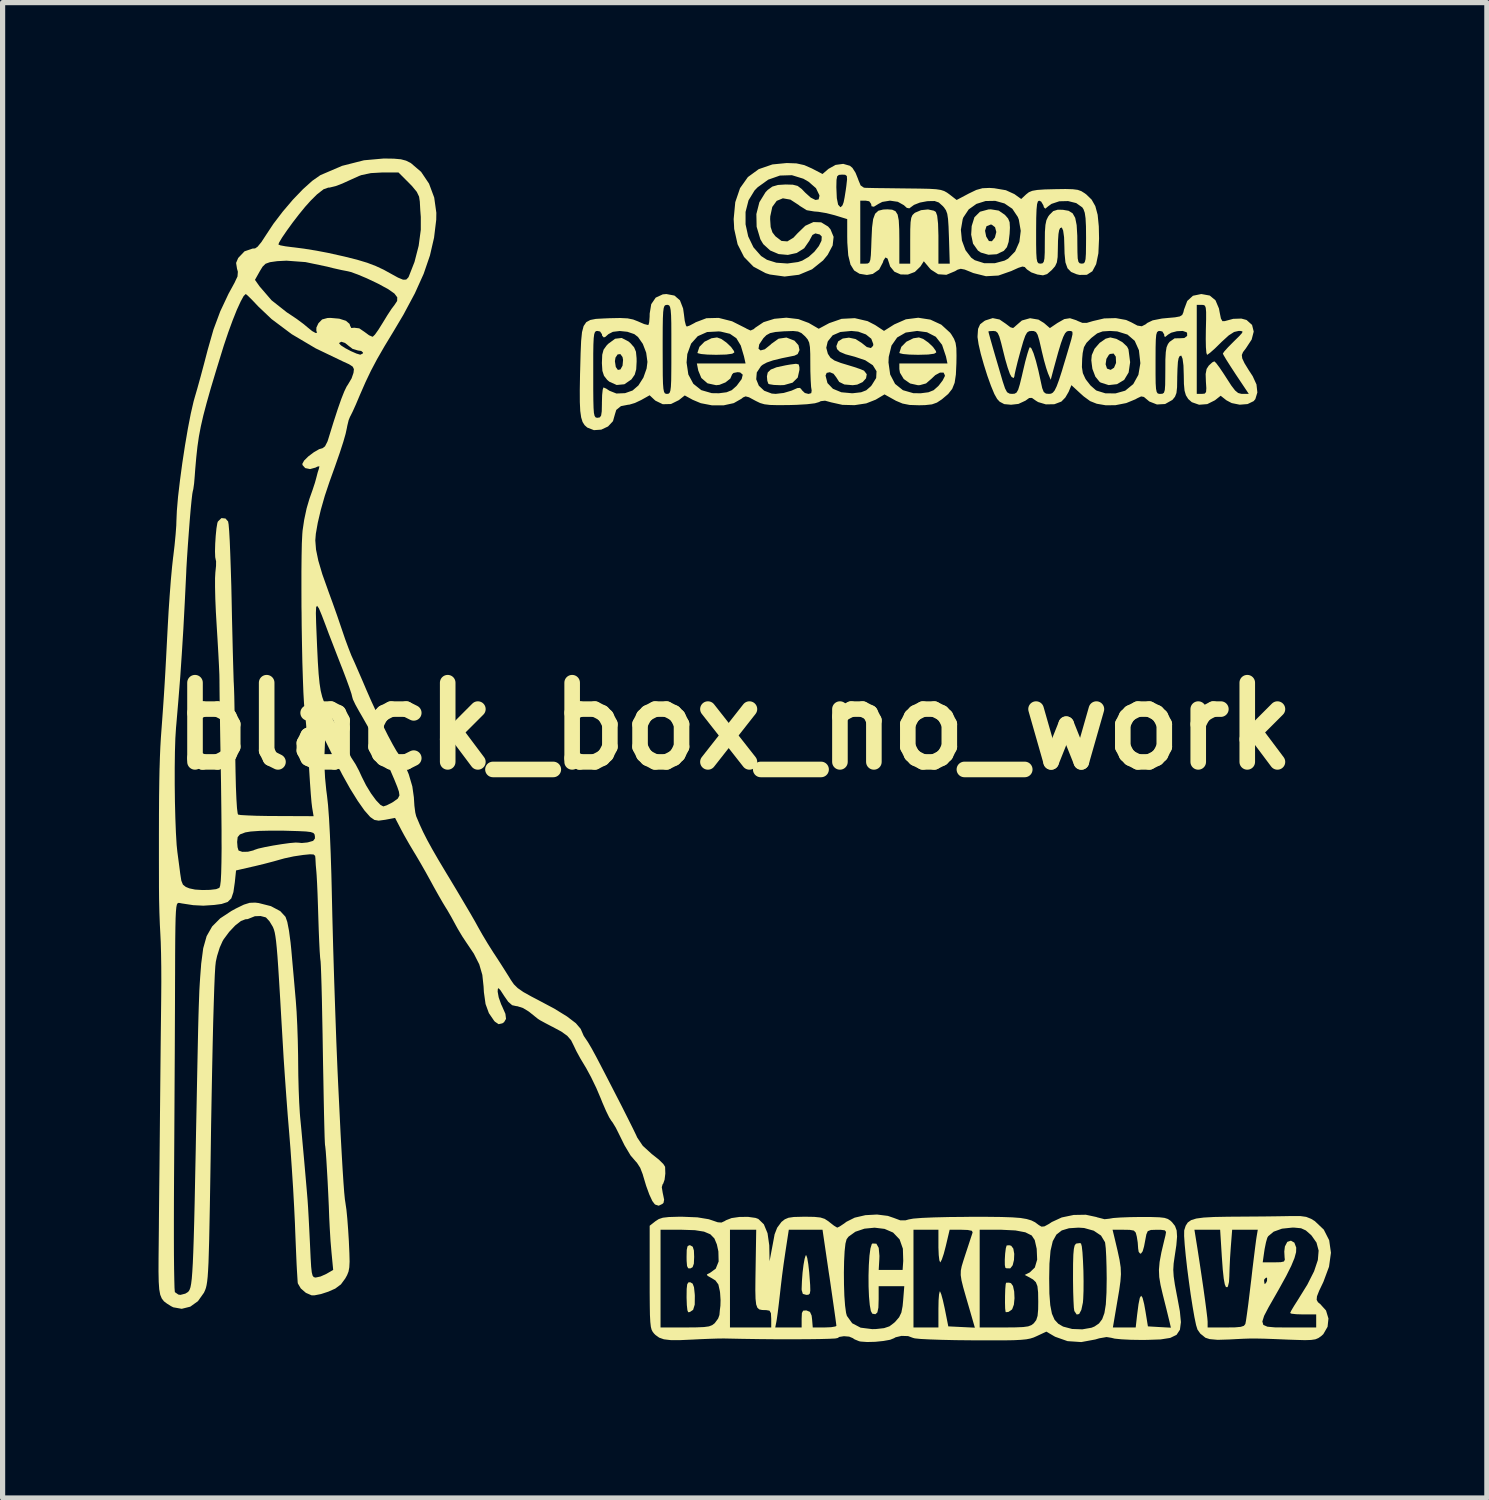
<source format=kicad_pcb>
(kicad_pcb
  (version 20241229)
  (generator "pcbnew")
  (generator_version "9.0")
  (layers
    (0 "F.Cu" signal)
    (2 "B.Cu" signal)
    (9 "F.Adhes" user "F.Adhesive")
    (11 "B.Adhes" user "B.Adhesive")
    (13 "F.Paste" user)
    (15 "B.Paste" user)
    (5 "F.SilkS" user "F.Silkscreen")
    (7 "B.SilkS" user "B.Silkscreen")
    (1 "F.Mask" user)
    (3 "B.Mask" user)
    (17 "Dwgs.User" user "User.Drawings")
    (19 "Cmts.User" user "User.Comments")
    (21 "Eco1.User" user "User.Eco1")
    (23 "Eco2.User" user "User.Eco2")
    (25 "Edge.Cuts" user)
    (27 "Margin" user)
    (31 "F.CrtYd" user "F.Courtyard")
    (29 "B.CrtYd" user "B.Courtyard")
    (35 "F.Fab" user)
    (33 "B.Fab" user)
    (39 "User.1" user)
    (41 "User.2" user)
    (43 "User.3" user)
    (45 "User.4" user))
  (footprint "black_box_no_work"
    (layer "F.Cu")
    (at 11.08 10.921)
    (property "Reference" "black_box_no_work" (at 0 0 0) (layer "F.SilkS") (effects (font (size 1.524 1.524) (thickness 0.3))))
    (attr board_only exclude_from_pos_files exclude_from_bom)
    (fp_poly (pts (xy -0.846 9.992) (xy -0.8 10.019) (xy -0.778 10.091) (xy -0.773 10.214) (xy -0.779 10.345) (xy -0.803 10.412) (xy -0.846 10.436) (xy -0.888 10.433) (xy -0.91 10.39) (xy -0.918 10.291) (xy -0.919 10.214) (xy -0.916 10.08) (xy -0.901 10.011) (xy -0.87 9.99)) (stroke (width 0) (type solid)) (fill yes) (layer "F.SilkS"))
    (fp_poly (pts (xy 5.327 10) (xy 5.368 10.054) (xy 5.386 10.156) (xy 5.381 10.273) (xy 5.356 10.375) (xy 5.312 10.432) (xy 5.304 10.435) (xy 5.233 10.433) (xy 5.215 10.423) (xy 5.205 10.371) (xy 5.204 10.27) (xy 5.211 10.151) (xy 5.224 10.048) (xy 5.24 9.994) (xy 5.24 9.994) (xy 5.291 9.99)) (stroke (width 0) (type solid)) (fill yes) (layer "F.SilkS"))
    (fp_poly (pts (xy -0.846 10.703) (xy -0.802 10.729) (xy -0.776 10.798) (xy -0.762 10.93) (xy -0.76 10.963) (xy -0.762 11.132) (xy -0.793 11.233) (xy -0.856 11.275) (xy -0.888 11.279) (xy -0.903 11.241) (xy -0.914 11.141) (xy -0.919 10.998) (xy -0.919 10.984) (xy -0.917 10.83) (xy -0.907 10.742) (xy -0.885 10.705) (xy -0.847 10.702)) (stroke (width 0) (type solid)) (fill yes) (layer "F.SilkS"))
    (fp_poly (pts (xy -0.253 -7.45) (xy -0.154 -7.381) (xy -0.063 -7.295) (xy -0.007 -7.216) (xy 0 -7.189) (xy -0.04 -7.165) (xy -0.157 -7.149) (xy -0.343 -7.144) (xy -0.355 -7.144) (xy -0.516 -7.148) (xy -0.638 -7.159) (xy -0.704 -7.175) (xy -0.71 -7.182) (xy -0.672 -7.297) (xy -0.574 -7.396) (xy -0.44 -7.462) (xy -0.333 -7.478)) (stroke (width 0) (type solid)) (fill yes) (layer "F.SilkS"))
    (fp_poly (pts (xy 3.632 -7.45) (xy 3.732 -7.381) (xy 3.823 -7.295) (xy 3.879 -7.216) (xy 3.885 -7.189) (xy 3.845 -7.165) (xy 3.728 -7.149) (xy 3.542 -7.144) (xy 3.53 -7.144) (xy 3.37 -7.148) (xy 3.247 -7.159) (xy 3.181 -7.175) (xy 3.175 -7.182) (xy 3.213 -7.297) (xy 3.311 -7.396) (xy 3.445 -7.462) (xy 3.552 -7.478)) (stroke (width 0) (type solid)) (fill yes) (layer "F.SilkS"))
    (fp_poly (pts (xy 5.323 10.72) (xy 5.362 10.774) (xy 5.385 10.881) (xy 5.391 11.01) (xy 5.379 11.133) (xy 5.347 11.219) (xy 5.339 11.229) (xy 5.275 11.273) (xy 5.225 11.278) (xy 5.219 11.269) (xy 5.211 11.206) (xy 5.208 11.095) (xy 5.209 10.962) (xy 5.213 10.836) (xy 5.221 10.743) (xy 5.229 10.711) (xy 5.287 10.71)) (stroke (width 0) (type solid)) (fill yes) (layer "F.SilkS"))
    (fp_poly (pts (xy 1.238 -6.959) (xy 1.252 -6.907) (xy 1.253 -6.855) (xy 1.22 -6.706) (xy 1.121 -6.608) (xy 0.958 -6.562) (xy 0.884 -6.559) (xy 0.761 -6.564) (xy 0.674 -6.578) (xy 0.654 -6.587) (xy 0.634 -6.645) (xy 0.627 -6.73) (xy 0.643 -6.804) (xy 0.701 -6.86) (xy 0.812 -6.904) (xy 0.989 -6.942) (xy 1.076 -6.957) (xy 1.187 -6.971)) (stroke (width 0) (type solid)) (fill yes) (layer "F.SilkS"))
    (fp_poly (pts (xy 1.403 10.237) (xy 1.423 10.354) (xy 1.441 10.512) (xy 1.446 10.581) (xy 1.459 10.755) (xy 1.462 10.863) (xy 1.452 10.92) (xy 1.426 10.942) (xy 1.385 10.945) (xy 1.318 10.926) (xy 1.296 10.854) (xy 1.295 10.831) (xy 1.301 10.677) (xy 1.313 10.516) (xy 1.331 10.368) (xy 1.352 10.252) (xy 1.372 10.187) (xy 1.384 10.182)) (stroke (width 0) (type solid)) (fill yes) (layer "F.SilkS"))
    (fp_poly (pts (xy 6.671 9.957) (xy 6.686 10.012) (xy 6.699 10.13) (xy 6.709 10.295) (xy 6.717 10.485) (xy 6.72 10.682) (xy 6.719 10.868) (xy 6.713 11.022) (xy 6.707 11.094) (xy 6.677 11.234) (xy 6.635 11.313) (xy 6.588 11.323) (xy 6.543 11.257) (xy 6.542 11.255) (xy 6.533 11.191) (xy 6.526 11.061) (xy 6.52 10.881) (xy 6.517 10.668) (xy 6.517 10.586) (xy 6.518 10.344) (xy 6.523 10.173) (xy 6.533 10.061) (xy 6.548 9.995) (xy 6.571 9.963) (xy 6.582 9.957) (xy 6.651 9.948)) (stroke (width 0) (type solid)) (fill yes) (layer "F.SilkS"))
    (fp_poly (pts (xy 7.35 -7.451) (xy 7.468 -7.386) (xy 7.557 -7.302) (xy 7.584 -7.249) (xy 7.616 -7.002) (xy 7.587 -6.804) (xy 7.501 -6.661) (xy 7.364 -6.579) (xy 7.203 -6.561) (xy 7.049 -6.61) (xy 7.029 -6.623) (xy 6.947 -6.723) (xy 6.89 -6.873) (xy 6.878 -6.962) (xy 7.144 -6.962) (xy 7.17 -6.881) (xy 7.173 -6.878) (xy 7.241 -6.854) (xy 7.306 -6.895) (xy 7.344 -6.985) (xy 7.345 -6.993) (xy 7.34 -7.108) (xy 7.298 -7.168) (xy 7.229 -7.16) (xy 7.208 -7.145) (xy 7.159 -7.065) (xy 7.144 -6.962) (xy 6.878 -6.962) (xy 6.869 -7.039) (xy 6.878 -7.139) (xy 6.931 -7.26) (xy 7.029 -7.373) (xy 7.145 -7.454) (xy 7.235 -7.478)) (stroke (width 0) (type solid)) (fill yes) (layer "F.SilkS"))
    (fp_poly (pts (xy 5.087 -9.919) (xy 5.206 -9.837) (xy 5.208 -9.835) (xy 5.268 -9.766) (xy 5.297 -9.695) (xy 5.303 -9.591) (xy 5.297 -9.474) (xy 5.278 -9.316) (xy 5.245 -9.215) (xy 5.188 -9.147) (xy 5.183 -9.143) (xy 5.048 -9.079) (xy 4.89 -9.069) (xy 4.744 -9.111) (xy 4.687 -9.15) (xy 4.593 -9.283) (xy 4.557 -9.456) (xy 4.562 -9.531) (xy 4.824 -9.531) (xy 4.846 -9.42) (xy 4.899 -9.333) (xy 4.956 -9.329) (xy 5.014 -9.401) (xy 5.041 -9.507) (xy 5.017 -9.599) (xy 4.952 -9.648) (xy 4.931 -9.65) (xy 4.852 -9.618) (xy 4.824 -9.531) (xy 4.562 -9.531) (xy 4.567 -9.621) (xy 4.62 -9.791) (xy 4.727 -9.897) (xy 4.89 -9.941) (xy 4.936 -9.943)) (stroke (width 0) (type solid)) (fill yes) (layer "F.SilkS"))
    (fp_poly (pts (xy -2.037 -7.401) (xy -1.997 -7.366) (xy -1.928 -7.287) (xy -1.893 -7.203) (xy -1.881 -7.079) (xy -1.88 -7.017) (xy -1.888 -6.864) (xy -1.917 -6.761) (xy -1.977 -6.675) (xy -1.982 -6.669) (xy -2.116 -6.577) (xy -2.264 -6.563) (xy -2.406 -6.627) (xy -2.446 -6.661) (xy -2.508 -6.74) (xy -2.539 -6.835) (xy -2.548 -6.977) (xy -2.548 -6.999) (xy -2.547 -7.021) (xy -2.298 -7.021) (xy -2.281 -6.909) (xy -2.241 -6.853) (xy -2.192 -6.862) (xy -2.151 -6.935) (xy -2.141 -7.045) (xy -2.151 -7.1) (xy -2.193 -7.158) (xy -2.246 -7.151) (xy -2.287 -7.09) (xy -2.298 -7.021) (xy -2.547 -7.021) (xy -2.542 -7.145) (xy -2.516 -7.242) (xy -2.458 -7.323) (xy -2.426 -7.356) (xy -2.294 -7.453) (xy -2.167 -7.468)) (stroke (width 0) (type solid)) (fill yes) (layer "F.SilkS"))
    (fp_poly (pts (xy 10.888 9.428) (xy 11.004 9.444) (xy 11.099 9.482) (xy 11.169 9.525) (xy 11.342 9.689) (xy 11.446 9.894) (xy 11.48 10.134) (xy 11.443 10.403) (xy 11.335 10.694) (xy 11.329 10.707) (xy 11.252 10.868) (xy 11.211 10.973) (xy 11.205 11.04) (xy 11.23 11.086) (xy 11.273 11.121) (xy 11.385 11.245) (xy 11.432 11.4) (xy 11.415 11.559) (xy 11.333 11.701) (xy 11.29 11.74) (xy 11.238 11.776) (xy 11.18 11.8) (xy 11.099 11.812) (xy 10.98 11.816) (xy 10.804 11.811) (xy 10.655 11.806) (xy 10.396 11.795) (xy 10.2 11.788) (xy 10.048 11.785) (xy 9.919 11.785) (xy 9.795 11.789) (xy 9.654 11.796) (xy 9.525 11.803) (xy 9.3 11.81) (xy 9.146 11.796) (xy 9.065 11.77) (xy 8.967 11.691) (xy 8.912 11.613) (xy 8.885 11.526) (xy 8.853 11.373) (xy 8.818 11.171) (xy 8.781 10.936) (xy 8.746 10.683) (xy 8.713 10.429) (xy 8.686 10.189) (xy 8.666 9.979) (xy 8.655 9.814) (xy 8.656 9.712) (xy 8.658 9.696) (xy 8.66 9.692) (xy 8.853 9.692) (xy 8.875 9.828) (xy 8.912 10.059) (xy 8.951 10.312) (xy 8.99 10.573) (xy 9.027 10.826) (xy 9.059 11.056) (xy 9.084 11.248) (xy 9.101 11.388) (xy 9.107 11.46) (xy 9.107 11.572) (xy 9.46 11.572) (xy 9.636 11.57) (xy 9.745 11.56) (xy 9.805 11.54) (xy 9.832 11.506) (xy 9.834 11.499) (xy 9.842 11.457) (xy 10.16 11.457) (xy 10.179 11.523) (xy 10.257 11.557) (xy 10.398 11.57) (xy 10.607 11.572) (xy 10.674 11.572) (xy 11.196 11.572) (xy 11.196 11.321) (xy 10.945 11.321) (xy 10.813 11.317) (xy 10.722 11.307) (xy 10.695 11.294) (xy 10.716 11.248) (xy 10.772 11.154) (xy 10.836 11.054) (xy 11.026 10.747) (xy 11.156 10.49) (xy 11.228 10.274) (xy 11.243 10.093) (xy 11.202 9.939) (xy 11.108 9.805) (xy 11.096 9.792) (xy 10.997 9.705) (xy 10.905 9.663) (xy 10.779 9.651) (xy 10.739 9.65) (xy 10.538 9.671) (xy 10.377 9.729) (xy 10.273 9.816) (xy 10.255 9.847) (xy 10.23 9.933) (xy 10.204 10.061) (xy 10.195 10.12) (xy 10.167 10.319) (xy 10.387 10.319) (xy 10.514 10.316) (xy 10.576 10.302) (xy 10.593 10.267) (xy 10.588 10.225) (xy 10.582 10.111) (xy 10.594 10.013) (xy 10.64 9.925) (xy 10.71 9.902) (xy 10.776 9.94) (xy 10.812 10.035) (xy 10.809 10.123) (xy 10.778 10.237) (xy 10.716 10.387) (xy 10.618 10.583) (xy 10.479 10.835) (xy 10.406 10.963) (xy 10.278 11.187) (xy 10.194 11.348) (xy 10.16 11.457) (xy 9.842 11.457) (xy 9.846 11.435) (xy 9.865 11.303) (xy 9.89 11.118) (xy 9.917 10.895) (xy 9.941 10.695) (xy 9.944 10.674) (xy 10.193 10.674) (xy 10.202 10.73) (xy 10.21 10.737) (xy 10.237 10.704) (xy 10.25 10.674) (xy 10.251 10.62) (xy 10.234 10.611) (xy 10.198 10.645) (xy 10.193 10.674) (xy 9.944 10.674) (xy 9.97 10.446) (xy 9.998 10.218) (xy 10.022 10.026) (xy 10.04 9.888) (xy 10.049 9.828) (xy 10.072 9.692) (xy 9.579 9.692) (xy 9.552 10.037) (xy 9.539 10.229) (xy 9.53 10.417) (xy 9.525 10.564) (xy 9.525 10.577) (xy 9.518 10.698) (xy 9.498 10.78) (xy 9.487 10.797) (xy 9.459 10.794) (xy 9.437 10.741) (xy 9.417 10.631) (xy 9.398 10.455) (xy 9.38 10.206) (xy 9.376 10.141) (xy 9.348 9.692) (xy 8.853 9.692) (xy 8.66 9.692) (xy 8.685 9.614) (xy 8.725 9.552) (xy 8.789 9.507) (xy 8.888 9.476) (xy 9.032 9.457) (xy 9.233 9.446) (xy 9.502 9.441) (xy 9.651 9.44) (xy 9.922 9.438) (xy 10.186 9.436) (xy 10.424 9.433) (xy 10.616 9.43) (xy 10.719 9.428)) (stroke (width 0) (type solid)) (fill yes) (layer "F.SilkS"))
    (fp_poly (pts (xy 9.148 -8.284) (xy 9.258 -8.193) (xy 9.325 -8.035) (xy 9.339 -7.959) (xy 9.363 -7.841) (xy 9.392 -7.791) (xy 9.436 -7.792) (xy 9.6 -7.836) (xy 9.756 -7.841) (xy 9.856 -7.814) (xy 9.962 -7.719) (xy 9.994 -7.591) (xy 9.954 -7.437) (xy 9.841 -7.265) (xy 9.837 -7.26) (xy 9.788 -7.196) (xy 9.765 -7.14) (xy 9.773 -7.075) (xy 9.816 -6.983) (xy 9.898 -6.849) (xy 9.974 -6.733) (xy 10.047 -6.574) (xy 10.064 -6.419) (xy 10.025 -6.291) (xy 9.992 -6.252) (xy 9.876 -6.196) (xy 9.724 -6.184) (xy 9.57 -6.215) (xy 9.468 -6.269) (xy 9.358 -6.356) (xy 9.248 -6.269) (xy 9.1 -6.195) (xy 8.943 -6.183) (xy 8.803 -6.232) (xy 8.734 -6.293) (xy 8.689 -6.365) (xy 8.681 -6.392) (xy 8.898 -6.392) (xy 8.996 -6.392) (xy 9.051 -6.397) (xy 9.077 -6.428) (xy 9.082 -6.503) (xy 9.074 -6.623) (xy 9.069 -6.774) (xy 9.087 -6.871) (xy 9.129 -6.936) (xy 9.196 -6.998) (xy 9.236 -7.018) (xy 9.271 -6.985) (xy 9.337 -6.897) (xy 9.423 -6.769) (xy 9.464 -6.705) (xy 9.563 -6.552) (xy 9.635 -6.458) (xy 9.694 -6.409) (xy 9.755 -6.393) (xy 9.779 -6.392) (xy 9.899 -6.392) (xy 9.649 -6.766) (xy 9.548 -6.921) (xy 9.466 -7.05) (xy 9.414 -7.138) (xy 9.4 -7.168) (xy 9.428 -7.209) (xy 9.501 -7.29) (xy 9.604 -7.394) (xy 9.61 -7.4) (xy 9.718 -7.506) (xy 9.772 -7.567) (xy 9.777 -7.595) (xy 9.739 -7.603) (xy 9.702 -7.603) (xy 9.616 -7.583) (xy 9.513 -7.517) (xy 9.378 -7.394) (xy 9.358 -7.374) (xy 9.246 -7.264) (xy 9.154 -7.183) (xy 9.101 -7.145) (xy 9.096 -7.144) (xy 9.083 -7.183) (xy 9.074 -7.289) (xy 9.071 -7.445) (xy 9.073 -7.624) (xy 9.078 -7.83) (xy 9.078 -7.967) (xy 9.071 -8.048) (xy 9.055 -8.089) (xy 9.026 -8.103) (xy 8.992 -8.105) (xy 8.898 -8.105) (xy 8.898 -6.392) (xy 8.681 -6.392) (xy 8.663 -6.454) (xy 8.651 -6.583) (xy 8.648 -6.75) (xy 8.642 -6.938) (xy 8.625 -7.067) (xy 8.6 -7.129) (xy 8.568 -7.118) (xy 8.548 -7.077) (xy 8.535 -7.006) (xy 8.527 -6.876) (xy 8.522 -6.715) (xy 8.522 -6.688) (xy 8.519 -6.518) (xy 8.507 -6.409) (xy 8.479 -6.337) (xy 8.432 -6.279) (xy 8.426 -6.274) (xy 8.289 -6.197) (xy 8.132 -6.188) (xy 7.986 -6.245) (xy 7.95 -6.275) (xy 7.881 -6.333) (xy 7.828 -6.343) (xy 7.753 -6.308) (xy 7.718 -6.288) (xy 7.541 -6.215) (xy 7.331 -6.174) (xy 7.144 -6.173) (xy 6.974 -6.202) (xy 6.846 -6.253) (xy 6.722 -6.344) (xy 6.666 -6.394) (xy 6.486 -6.56) (xy 6.433 -6.432) (xy 6.369 -6.322) (xy 6.293 -6.244) (xy 6.158 -6.193) (xy 5.995 -6.19) (xy 5.846 -6.234) (xy 5.801 -6.262) (xy 5.727 -6.314) (xy 5.674 -6.313) (xy 5.603 -6.262) (xy 5.467 -6.199) (xy 5.325 -6.183) (xy 5.193 -6.195) (xy 5.106 -6.241) (xy 5.057 -6.294) (xy 5.003 -6.39) (xy 4.938 -6.547) (xy 4.868 -6.742) (xy 4.801 -6.955) (xy 4.742 -7.163) (xy 4.7 -7.346) (xy 4.68 -7.481) (xy 4.68 -7.502) (xy 4.686 -7.593) (xy 4.888 -7.593) (xy 4.899 -7.55) (xy 4.928 -7.444) (xy 4.971 -7.293) (xy 5.023 -7.113) (xy 5.079 -6.923) (xy 5.133 -6.738) (xy 5.164 -6.632) (xy 5.209 -6.497) (xy 5.248 -6.424) (xy 5.297 -6.396) (xy 5.345 -6.392) (xy 5.394 -6.396) (xy 5.431 -6.418) (xy 5.462 -6.473) (xy 5.493 -6.574) (xy 5.533 -6.737) (xy 5.555 -6.833) (xy 5.598 -7.014) (xy 5.639 -7.163) (xy 5.671 -7.262) (xy 5.687 -7.293) (xy 5.716 -7.268) (xy 5.757 -7.175) (xy 5.803 -7.027) (xy 5.851 -6.839) (xy 5.894 -6.641) (xy 5.924 -6.503) (xy 5.954 -6.428) (xy 5.996 -6.397) (xy 6.053 -6.392) (xy 6.094 -6.396) (xy 6.129 -6.416) (xy 6.164 -6.459) (xy 6.202 -6.537) (xy 6.247 -6.659) (xy 6.304 -6.835) (xy 6.325 -6.907) (xy 6.688 -6.907) (xy 6.706 -6.791) (xy 6.753 -6.688) (xy 6.767 -6.665) (xy 6.854 -6.553) (xy 6.952 -6.467) (xy 6.97 -6.455) (xy 7.139 -6.403) (xy 7.334 -6.401) (xy 7.512 -6.451) (xy 7.524 -6.456) (xy 7.676 -6.58) (xy 7.775 -6.759) (xy 7.812 -6.978) (xy 7.812 -6.988) (xy 7.811 -6.998) (xy 8.105 -6.998) (xy 8.105 -6.762) (xy 8.107 -6.597) (xy 8.114 -6.49) (xy 8.127 -6.429) (xy 8.147 -6.4) (xy 8.177 -6.392) (xy 8.199 -6.392) (xy 8.24 -6.395) (xy 8.267 -6.415) (xy 8.283 -6.467) (xy 8.29 -6.564) (xy 8.292 -6.722) (xy 8.293 -6.847) (xy 8.294 -7.054) (xy 8.302 -7.196) (xy 8.317 -7.289) (xy 8.344 -7.352) (xy 8.375 -7.393) (xy 8.472 -7.461) (xy 8.57 -7.462) (xy 8.659 -7.467) (xy 8.713 -7.507) (xy 8.712 -7.564) (xy 8.701 -7.578) (xy 8.628 -7.603) (xy 8.517 -7.598) (xy 8.406 -7.569) (xy 8.348 -7.534) (xy 8.291 -7.488) (xy 8.273 -7.501) (xy 8.272 -7.534) (xy 8.237 -7.592) (xy 8.188 -7.603) (xy 8.156 -7.599) (xy 8.133 -7.578) (xy 8.118 -7.527) (xy 8.11 -7.435) (xy 8.106 -7.287) (xy 8.105 -7.073) (xy 8.105 -6.998) (xy 7.811 -6.998) (xy 7.785 -7.232) (xy 7.704 -7.413) (xy 7.565 -7.533) (xy 7.368 -7.594) (xy 7.229 -7.603) (xy 7.086 -7.594) (xy 6.982 -7.556) (xy 6.874 -7.472) (xy 6.864 -7.463) (xy 6.776 -7.374) (xy 6.727 -7.29) (xy 6.703 -7.178) (xy 6.693 -7.069) (xy 6.688 -6.907) (xy 6.325 -6.907) (xy 6.376 -7.075) (xy 6.44 -7.29) (xy 6.486 -7.447) (xy 6.507 -7.54) (xy 6.505 -7.586) (xy 6.479 -7.602) (xy 6.435 -7.603) (xy 6.399 -7.594) (xy 6.364 -7.558) (xy 6.328 -7.487) (xy 6.285 -7.368) (xy 6.232 -7.193) (xy 6.165 -6.95) (xy 6.138 -6.851) (xy 6.088 -6.663) (xy 6.035 -6.789) (xy 6.001 -6.889) (xy 5.958 -7.041) (xy 5.915 -7.218) (xy 5.906 -7.259) (xy 5.867 -7.427) (xy 5.836 -7.529) (xy 5.804 -7.582) (xy 5.762 -7.601) (xy 5.722 -7.603) (xy 5.672 -7.598) (xy 5.633 -7.572) (xy 5.598 -7.51) (xy 5.559 -7.399) (xy 5.509 -7.224) (xy 5.501 -7.196) (xy 5.453 -7.018) (xy 5.416 -6.867) (xy 5.393 -6.764) (xy 5.389 -6.731) (xy 5.374 -6.696) (xy 5.334 -6.719) (xy 5.302 -6.777) (xy 5.259 -6.898) (xy 5.212 -7.06) (xy 5.181 -7.184) (xy 5.134 -7.373) (xy 5.099 -7.496) (xy 5.067 -7.565) (xy 5.031 -7.596) (xy 4.986 -7.603) (xy 4.985 -7.603) (xy 4.91 -7.599) (xy 4.888 -7.593) (xy 4.686 -7.593) (xy 4.69 -7.643) (xy 4.729 -7.731) (xy 4.812 -7.795) (xy 4.833 -7.806) (xy 4.972 -7.85) (xy 5.104 -7.823) (xy 5.224 -7.741) (xy 5.312 -7.674) (xy 5.364 -7.659) (xy 5.402 -7.689) (xy 5.405 -7.693) (xy 5.533 -7.804) (xy 5.69 -7.848) (xy 5.852 -7.821) (xy 5.958 -7.756) (xy 6.072 -7.658) (xy 6.217 -7.756) (xy 6.349 -7.831) (xy 6.458 -7.848) (xy 6.577 -7.81) (xy 6.612 -7.793) (xy 6.698 -7.758) (xy 6.781 -7.758) (xy 6.899 -7.793) (xy 7.117 -7.844) (xy 7.34 -7.85) (xy 7.539 -7.814) (xy 7.636 -7.77) (xy 7.756 -7.706) (xy 7.84 -7.693) (xy 7.915 -7.731) (xy 7.946 -7.757) (xy 8.05 -7.807) (xy 8.229 -7.842) (xy 8.324 -7.851) (xy 8.479 -7.865) (xy 8.571 -7.882) (xy 8.618 -7.911) (xy 8.641 -7.963) (xy 8.652 -8.012) (xy 8.715 -8.18) (xy 8.824 -8.28) (xy 8.983 -8.313) (xy 8.988 -8.313)) (stroke (width 0) (type solid)) (fill yes) (layer "F.SilkS"))
    (fp_poly (pts (xy 1.196 -10.827) (xy 1.346 -10.794) (xy 1.491 -10.73) (xy 1.697 -10.623) (xy 1.812 -10.722) (xy 1.948 -10.798) (xy 2.095 -10.818) (xy 2.224 -10.781) (xy 2.272 -10.741) (xy 2.332 -10.647) (xy 2.382 -10.523) (xy 2.385 -10.512) (xy 2.43 -10.403) (xy 2.493 -10.36) (xy 2.519 -10.357) (xy 2.591 -10.355) (xy 2.73 -10.352) (xy 2.919 -10.35) (xy 3.144 -10.347) (xy 3.305 -10.345) (xy 3.562 -10.342) (xy 3.749 -10.338) (xy 3.881 -10.33) (xy 3.973 -10.316) (xy 4.038 -10.295) (xy 4.092 -10.265) (xy 4.139 -10.231) (xy 4.278 -10.123) (xy 4.51 -10.246) (xy 4.655 -10.316) (xy 4.774 -10.349) (xy 4.908 -10.355) (xy 5 -10.349) (xy 5.225 -10.311) (xy 5.387 -10.237) (xy 5.389 -10.236) (xy 5.52 -10.142) (xy 5.616 -10.232) (xy 5.667 -10.272) (xy 5.732 -10.299) (xy 5.828 -10.316) (xy 5.973 -10.326) (xy 6.169 -10.331) (xy 6.372 -10.334) (xy 6.512 -10.33) (xy 6.607 -10.318) (xy 6.677 -10.293) (xy 6.742 -10.252) (xy 6.773 -10.229) (xy 6.875 -10.13) (xy 6.946 -10.005) (xy 6.991 -9.838) (xy 7.013 -9.615) (xy 7.018 -9.382) (xy 7.005 -9.097) (xy 6.962 -8.888) (xy 6.889 -8.751) (xy 6.783 -8.683) (xy 6.641 -8.681) (xy 6.586 -8.694) (xy 6.48 -8.738) (xy 6.411 -8.809) (xy 6.371 -8.922) (xy 6.354 -9.094) (xy 6.351 -9.22) (xy 6.345 -9.406) (xy 6.327 -9.534) (xy 6.301 -9.594) (xy 6.269 -9.582) (xy 6.25 -9.542) (xy 6.237 -9.469) (xy 6.228 -9.34) (xy 6.225 -9.184) (xy 6.221 -9.025) (xy 6.206 -8.922) (xy 6.172 -8.848) (xy 6.11 -8.777) (xy 6.106 -8.773) (xy 6.018 -8.697) (xy 5.939 -8.673) (xy 5.831 -8.689) (xy 5.714 -8.73) (xy 5.63 -8.787) (xy 5.622 -8.796) (xy 5.588 -8.833) (xy 5.543 -8.842) (xy 5.467 -8.818) (xy 5.338 -8.76) (xy 5.336 -8.758) (xy 5.082 -8.669) (xy 4.842 -8.656) (xy 4.598 -8.717) (xy 4.555 -8.735) (xy 4.433 -8.784) (xy 4.357 -8.799) (xy 4.296 -8.782) (xy 4.247 -8.753) (xy 4.08 -8.683) (xy 3.922 -8.694) (xy 3.783 -8.783) (xy 3.758 -8.81) (xy 3.646 -8.944) (xy 3.58 -8.842) (xy 3.473 -8.738) (xy 3.339 -8.688) (xy 3.201 -8.69) (xy 3.08 -8.743) (xy 2.998 -8.843) (xy 2.981 -8.897) (xy 2.948 -8.996) (xy 2.908 -9.017) (xy 2.869 -8.957) (xy 2.859 -8.922) (xy 2.787 -8.785) (xy 2.664 -8.7) (xy 2.551 -8.68) (xy 2.409 -8.703) (xy 2.305 -8.767) (xy 2.234 -8.882) (xy 2.231 -8.898) (xy 2.423 -8.898) (xy 2.524 -8.898) (xy 2.568 -8.901) (xy 2.597 -8.92) (xy 2.616 -8.968) (xy 2.627 -9.061) (xy 2.634 -9.213) (xy 2.639 -9.361) (xy 2.65 -9.594) (xy 2.671 -9.755) (xy 2.709 -9.858) (xy 2.771 -9.916) (xy 2.863 -9.939) (xy 2.945 -9.943) (xy 3.037 -9.936) (xy 3.101 -9.907) (xy 3.142 -9.842) (xy 3.164 -9.73) (xy 3.173 -9.557) (xy 3.175 -9.37) (xy 3.175 -8.898) (xy 3.384 -8.898) (xy 3.384 -9.356) (xy 3.385 -9.558) (xy 3.391 -9.694) (xy 3.404 -9.779) (xy 3.427 -9.832) (xy 3.464 -9.868) (xy 3.477 -9.878) (xy 3.593 -9.927) (xy 3.726 -9.941) (xy 3.84 -9.917) (xy 3.877 -9.893) (xy 3.903 -9.821) (xy 3.92 -9.668) (xy 3.927 -9.435) (xy 3.927 -9.37) (xy 3.927 -8.898) (xy 4.145 -8.898) (xy 4.13 -9.396) (xy 4.124 -9.55) (xy 4.359 -9.55) (xy 4.379 -9.344) (xy 4.448 -9.157) (xy 4.558 -9.013) (xy 4.627 -8.964) (xy 4.807 -8.907) (xy 5.011 -8.906) (xy 5.201 -8.957) (xy 5.268 -8.994) (xy 5.403 -9.132) (xy 5.485 -9.317) (xy 5.508 -9.504) (xy 5.807 -9.504) (xy 5.807 -9.268) (xy 5.81 -9.103) (xy 5.817 -8.996) (xy 5.83 -8.934) (xy 5.85 -8.906) (xy 5.88 -8.899) (xy 5.89 -8.898) (xy 5.929 -8.904) (xy 5.953 -8.932) (xy 5.967 -8.996) (xy 5.973 -9.113) (xy 5.974 -9.297) (xy 5.974 -9.31) (xy 5.976 -9.508) (xy 5.986 -9.643) (xy 6.005 -9.734) (xy 6.038 -9.802) (xy 6.062 -9.835) (xy 6.136 -9.909) (xy 6.223 -9.936) (xy 6.322 -9.934) (xy 6.432 -9.915) (xy 6.509 -9.867) (xy 6.559 -9.779) (xy 6.587 -9.639) (xy 6.599 -9.433) (xy 6.6 -9.306) (xy 6.602 -9.118) (xy 6.607 -8.999) (xy 6.621 -8.933) (xy 6.645 -8.905) (xy 6.683 -8.898) (xy 6.684 -8.898) (xy 6.72 -8.903) (xy 6.743 -8.927) (xy 6.758 -8.985) (xy 6.765 -9.089) (xy 6.767 -9.254) (xy 6.768 -9.395) (xy 6.766 -9.617) (xy 6.758 -9.772) (xy 6.743 -9.876) (xy 6.719 -9.944) (xy 6.695 -9.981) (xy 6.579 -10.063) (xy 6.422 -10.102) (xy 6.253 -10.098) (xy 6.103 -10.048) (xy 6.037 -10) (xy 5.984 -9.956) (xy 5.957 -9.982) (xy 5.946 -10.021) (xy 5.904 -10.092) (xy 5.865 -10.11) (xy 5.841 -10.095) (xy 5.825 -10.042) (xy 5.815 -9.941) (xy 5.809 -9.779) (xy 5.807 -9.547) (xy 5.807 -9.504) (xy 5.508 -9.504) (xy 5.511 -9.529) (xy 5.474 -9.746) (xy 5.454 -9.797) (xy 5.349 -9.954) (xy 5.199 -10.056) (xy 5.021 -10.106) (xy 4.835 -10.103) (xy 4.659 -10.048) (xy 4.51 -9.942) (xy 4.406 -9.786) (xy 4.394 -9.753) (xy 4.359 -9.55) (xy 4.124 -9.55) (xy 4.122 -9.61) (xy 4.112 -9.758) (xy 4.097 -9.857) (xy 4.072 -9.925) (xy 4.035 -9.979) (xy 4.011 -10.006) (xy 3.934 -10.075) (xy 3.854 -10.103) (xy 3.734 -10.101) (xy 3.707 -10.099) (xy 3.57 -10.073) (xy 3.458 -10.029) (xy 3.429 -10.008) (xy 3.367 -9.962) (xy 3.319 -9.971) (xy 3.262 -10.023) (xy 3.146 -10.088) (xy 2.995 -10.11) (xy 2.847 -10.086) (xy 2.776 -10.049) (xy 2.685 -9.993) (xy 2.64 -10.002) (xy 2.632 -10.047) (xy 2.596 -10.098) (xy 2.527 -10.11) (xy 2.423 -10.11) (xy 2.423 -8.898) (xy 2.231 -8.898) (xy 2.192 -9.057) (xy 2.174 -9.301) (xy 2.172 -9.421) (xy 2.172 -9.755) (xy 1.932 -9.829) (xy 1.771 -9.87) (xy 1.615 -9.896) (xy 1.537 -9.902) (xy 1.393 -9.926) (xy 1.258 -10.01) (xy 1.239 -10.026) (xy 1.079 -10.13) (xy 0.934 -10.155) (xy 0.815 -10.106) (xy 0.73 -9.989) (xy 0.691 -9.808) (xy 0.689 -9.754) (xy 0.699 -9.602) (xy 0.733 -9.499) (xy 0.791 -9.424) (xy 0.907 -9.335) (xy 1.02 -9.326) (xy 1.137 -9.397) (xy 1.215 -9.481) (xy 1.366 -9.627) (xy 1.522 -9.698) (xy 1.671 -9.693) (xy 1.804 -9.612) (xy 1.85 -9.559) (xy 1.91 -9.414) (xy 1.892 -9.248) (xy 1.796 -9.067) (xy 1.708 -8.96) (xy 1.495 -8.789) (xy 1.244 -8.684) (xy 0.968 -8.65) (xy 0.684 -8.689) (xy 0.602 -8.715) (xy 0.368 -8.84) (xy 0.187 -9.026) (xy 0.063 -9.27) (xy -0.003 -9.566) (xy -0.007 -9.655) (xy 0.216 -9.655) (xy 0.267 -9.422) (xy 0.368 -9.212) (xy 0.515 -9.045) (xy 0.628 -8.972) (xy 0.808 -8.916) (xy 1.022 -8.901) (xy 1.227 -8.929) (xy 1.307 -8.956) (xy 1.43 -9.028) (xy 1.54 -9.127) (xy 1.626 -9.236) (xy 1.677 -9.339) (xy 1.682 -9.42) (xy 1.644 -9.459) (xy 1.559 -9.48) (xy 1.503 -9.45) (xy 1.452 -9.356) (xy 1.445 -9.34) (xy 1.344 -9.194) (xy 1.2 -9.103) (xy 1.03 -9.066) (xy 0.853 -9.082) (xy 0.689 -9.152) (xy 0.556 -9.274) (xy 0.501 -9.367) (xy 0.429 -9.608) (xy 0.424 -9.852) (xy 0.482 -10.08) (xy 0.6 -10.272) (xy 0.643 -10.317) (xy 0.732 -10.381) (xy 0.84 -10.412) (xy 0.986 -10.421) (xy 1.125 -10.417) (xy 1.217 -10.394) (xy 1.296 -10.335) (xy 1.364 -10.264) (xy 1.471 -10.168) (xy 1.561 -10.123) (xy 1.622 -10.134) (xy 1.638 -10.201) (xy 1.636 -10.216) (xy 1.571 -10.35) (xy 1.555 -10.364) (xy 1.963 -10.364) (xy 1.972 -10.158) (xy 1.997 -10.033) (xy 2.04 -9.985) (xy 2.047 -9.985) (xy 2.081 -10.02) (xy 2.103 -10.079) (xy 2.122 -10.174) (xy 2.144 -10.313) (xy 2.155 -10.392) (xy 2.169 -10.519) (xy 2.165 -10.584) (xy 2.133 -10.608) (xy 2.073 -10.611) (xy 2.012 -10.606) (xy 1.979 -10.579) (xy 1.966 -10.509) (xy 1.963 -10.377) (xy 1.963 -10.364) (xy 1.555 -10.364) (xy 1.427 -10.475) (xy 1.328 -10.532) (xy 1.108 -10.6) (xy 0.877 -10.593) (xy 0.652 -10.514) (xy 0.448 -10.367) (xy 0.389 -10.306) (xy 0.273 -10.116) (xy 0.216 -9.893) (xy 0.216 -9.655) (xy -0.007 -9.655) (xy -0.013 -9.755) (xy 0.018 -10.081) (xy 0.11 -10.351) (xy 0.261 -10.564) (xy 0.469 -10.716) (xy 0.733 -10.807) (xy 1.008 -10.834)) (stroke (width 0) (type solid)) (fill yes) (layer "F.SilkS"))
    (fp_poly (pts (xy -1.153 -8.284) (xy -1.047 -8.193) (xy -0.986 -8.036) (xy -0.97 -7.924) (xy -0.954 -7.796) (xy -0.932 -7.71) (xy -0.915 -7.687) (xy -0.859 -7.707) (xy -0.766 -7.756) (xy -0.743 -7.77) (xy -0.537 -7.848) (xy -0.301 -7.854) (xy -0.044 -7.789) (xy 0.222 -7.655) (xy 0.236 -7.646) (xy 0.312 -7.611) (xy 0.373 -7.638) (xy 0.401 -7.664) (xy 0.562 -7.772) (xy 0.771 -7.837) (xy 1.002 -7.858) (xy 1.232 -7.831) (xy 1.434 -7.756) (xy 1.445 -7.749) (xy 1.624 -7.645) (xy 1.825 -7.753) (xy 2.064 -7.836) (xy 2.318 -7.849) (xy 2.563 -7.792) (xy 2.709 -7.717) (xy 2.88 -7.604) (xy 3.078 -7.729) (xy 3.301 -7.827) (xy 3.539 -7.857) (xy 3.772 -7.821) (xy 3.982 -7.724) (xy 4.152 -7.569) (xy 4.178 -7.533) (xy 4.227 -7.452) (xy 4.257 -7.373) (xy 4.272 -7.273) (xy 4.275 -7.129) (xy 4.273 -6.984) (xy 4.263 -6.764) (xy 4.239 -6.605) (xy 4.192 -6.488) (xy 4.115 -6.39) (xy 3.997 -6.29) (xy 3.992 -6.286) (xy 3.898 -6.224) (xy 3.802 -6.19) (xy 3.672 -6.176) (xy 3.556 -6.173) (xy 3.373 -6.179) (xy 3.236 -6.206) (xy 3.108 -6.26) (xy 3.078 -6.277) (xy 2.89 -6.382) (xy 2.721 -6.281) (xy 2.538 -6.209) (xy 2.313 -6.175) (xy 2.079 -6.181) (xy 1.867 -6.228) (xy 1.867 -6.228) (xy 1.746 -6.261) (xy 1.664 -6.252) (xy 1.629 -6.234) (xy 1.55 -6.211) (xy 1.401 -6.193) (xy 1.197 -6.181) (xy 1.056 -6.177) (xy 0.84 -6.175) (xy 0.687 -6.179) (xy 0.579 -6.192) (xy 0.496 -6.216) (xy 0.417 -6.254) (xy 0.389 -6.269) (xy 0.281 -6.327) (xy 0.217 -6.344) (xy 0.168 -6.324) (xy 0.138 -6.299) (xy -0.011 -6.214) (xy -0.208 -6.171) (xy -0.428 -6.171) (xy -0.646 -6.213) (xy -0.801 -6.278) (xy -0.954 -6.362) (xy -1.067 -6.272) (xy -1.219 -6.197) (xy -1.377 -6.193) (xy -1.518 -6.261) (xy -1.533 -6.274) (xy -1.63 -6.365) (xy -1.792 -6.274) (xy -1.913 -6.217) (xy -2.02 -6.185) (xy -2.045 -6.183) (xy -2.182 -6.156) (xy -2.272 -6.083) (xy -2.298 -5.998) (xy -2.335 -5.867) (xy -2.43 -5.765) (xy -2.56 -5.704) (xy -2.702 -5.694) (xy -2.83 -5.744) (xy -2.881 -5.79) (xy -2.92 -5.851) (xy -2.947 -5.938) (xy -2.965 -6.063) (xy -2.973 -6.235) (xy -2.974 -6.465) (xy -2.969 -6.765) (xy -2.969 -6.768) (xy -2.715 -6.768) (xy -2.715 -6.484) (xy -2.713 -6.273) (xy -2.709 -6.124) (xy -2.702 -6.026) (xy -2.689 -5.969) (xy -2.671 -5.941) (xy -2.647 -5.933) (xy -2.632 -5.932) (xy -2.588 -5.94) (xy -2.563 -5.976) (xy -2.551 -6.057) (xy -2.548 -6.201) (xy -2.548 -6.225) (xy -2.544 -6.369) (xy -2.533 -6.473) (xy -2.518 -6.516) (xy -2.517 -6.516) (xy -2.463 -6.492) (xy -2.405 -6.453) (xy -2.269 -6.399) (xy -2.102 -6.406) (xy -1.958 -6.457) (xy -1.846 -6.554) (xy -1.75 -6.705) (xy -1.688 -6.88) (xy -1.672 -7.007) (xy -1.696 -7.184) (xy -1.72 -7.248) (xy -1.379 -7.248) (xy -1.378 -6.96) (xy -1.377 -6.746) (xy -1.373 -6.593) (xy -1.365 -6.492) (xy -1.353 -6.432) (xy -1.336 -6.402) (xy -1.312 -6.393) (xy -1.295 -6.392) (xy -1.267 -6.395) (xy -1.246 -6.412) (xy -1.231 -6.453) (xy -1.221 -6.528) (xy -1.215 -6.65) (xy -1.213 -6.827) (xy -1.212 -6.995) (xy -0.919 -6.995) (xy -0.885 -6.765) (xy -0.789 -6.586) (xy -0.636 -6.464) (xy -0.434 -6.406) (xy -0.296 -6.404) (xy -0.149 -6.423) (xy -0.05 -6.463) (xy 0.037 -6.54) (xy 0.049 -6.553) (xy 0.138 -6.673) (xy 0.421 -6.673) (xy 0.471 -6.55) (xy 0.574 -6.453) (xy 0.72 -6.398) (xy 0.796 -6.392) (xy 0.95 -6.41) (xy 1.1 -6.454) (xy 1.116 -6.461) (xy 1.213 -6.504) (xy 1.264 -6.507) (xy 1.296 -6.472) (xy 1.302 -6.461) (xy 1.357 -6.409) (xy 1.427 -6.391) (xy 1.48 -6.406) (xy 1.488 -6.456) (xy 1.488 -6.458) (xy 1.477 -6.526) (xy 1.469 -6.656) (xy 1.466 -6.744) (xy 1.755 -6.744) (xy 1.792 -6.6) (xy 1.897 -6.49) (xy 2.059 -6.423) (xy 2.265 -6.404) (xy 2.294 -6.406) (xy 2.44 -6.423) (xy 2.538 -6.461) (xy 2.624 -6.536) (xy 2.642 -6.557) (xy 2.729 -6.697) (xy 2.736 -6.828) (xy 2.665 -6.943) (xy 2.583 -6.997) (xy 2.966 -6.997) (xy 2.999 -6.764) (xy 3.093 -6.584) (xy 3.244 -6.463) (xy 3.446 -6.405) (xy 3.589 -6.404) (xy 3.736 -6.423) (xy 3.835 -6.463) (xy 3.922 -6.54) (xy 3.934 -6.553) (xy 4.008 -6.65) (xy 4.049 -6.73) (xy 4.052 -6.748) (xy 4.026 -6.802) (xy 3.958 -6.802) (xy 3.867 -6.753) (xy 3.794 -6.684) (xy 3.689 -6.593) (xy 3.569 -6.56) (xy 3.532 -6.559) (xy 3.383 -6.592) (xy 3.26 -6.678) (xy 3.187 -6.799) (xy 3.175 -6.87) (xy 3.175 -6.977) (xy 4.101 -6.977) (xy 4.072 -7.112) (xy 3.997 -7.336) (xy 3.876 -7.491) (xy 3.707 -7.578) (xy 3.518 -7.603) (xy 3.298 -7.572) (xy 3.133 -7.477) (xy 3.024 -7.321) (xy 2.971 -7.104) (xy 2.966 -6.997) (xy 2.583 -6.997) (xy 2.519 -7.039) (xy 2.319 -7.106) (xy 2.14 -7.154) (xy 2.03 -7.201) (xy 1.976 -7.254) (xy 1.963 -7.311) (xy 1.998 -7.402) (xy 2.086 -7.457) (xy 2.205 -7.474) (xy 2.333 -7.447) (xy 2.445 -7.376) (xy 2.448 -7.374) (xy 2.55 -7.293) (xy 2.628 -7.274) (xy 2.67 -7.317) (xy 2.674 -7.35) (xy 2.635 -7.453) (xy 2.532 -7.536) (xy 2.383 -7.59) (xy 2.252 -7.603) (xy 2.04 -7.583) (xy 1.892 -7.519) (xy 1.802 -7.407) (xy 1.795 -7.392) (xy 1.769 -7.279) (xy 1.799 -7.166) (xy 1.804 -7.157) (xy 1.85 -7.088) (xy 1.925 -7.035) (xy 2.049 -6.987) (xy 2.152 -6.956) (xy 2.303 -6.91) (xy 2.426 -6.868) (xy 2.494 -6.839) (xy 2.496 -6.838) (xy 2.548 -6.77) (xy 2.534 -6.691) (xy 2.469 -6.619) (xy 2.364 -6.57) (xy 2.277 -6.559) (xy 2.117 -6.573) (xy 2.018 -6.622) (xy 1.961 -6.711) (xy 1.909 -6.779) (xy 1.838 -6.809) (xy 1.777 -6.796) (xy 1.755 -6.744) (xy 1.466 -6.744) (xy 1.463 -6.828) (xy 1.462 -6.961) (xy 1.461 -7.159) (xy 1.455 -7.292) (xy 1.44 -7.379) (xy 1.412 -7.439) (xy 1.369 -7.491) (xy 1.355 -7.505) (xy 1.291 -7.562) (xy 1.225 -7.592) (xy 1.132 -7.602) (xy 0.985 -7.597) (xy 0.953 -7.596) (xy 0.791 -7.583) (xy 0.688 -7.561) (xy 0.617 -7.522) (xy 0.559 -7.464) (xy 0.479 -7.344) (xy 0.465 -7.262) (xy 0.504 -7.228) (xy 0.586 -7.25) (xy 0.696 -7.338) (xy 0.71 -7.353) (xy 0.851 -7.454) (xy 1.003 -7.476) (xy 1.155 -7.417) (xy 1.16 -7.413) (xy 1.234 -7.329) (xy 1.254 -7.235) (xy 1.219 -7.158) (xy 1.159 -7.128) (xy 0.918 -7.079) (xy 0.745 -7.037) (xy 0.626 -6.996) (xy 0.546 -6.953) (xy 0.513 -6.926) (xy 0.432 -6.804) (xy 0.421 -6.673) (xy 0.138 -6.673) (xy 0.141 -6.677) (xy 0.162 -6.761) (xy 0.113 -6.804) (xy 0.063 -6.81) (xy -0.016 -6.795) (xy -0.042 -6.768) (xy -0.078 -6.686) (xy -0.17 -6.613) (xy -0.287 -6.566) (xy -0.35 -6.559) (xy -0.516 -6.595) (xy -0.635 -6.698) (xy -0.694 -6.841) (xy -0.721 -6.977) (xy 0.216 -6.977) (xy 0.186 -7.112) (xy 0.124 -7.322) (xy 0.039 -7.463) (xy -0.085 -7.548) (xy -0.26 -7.59) (xy -0.299 -7.594) (xy -0.524 -7.582) (xy -0.704 -7.502) (xy -0.832 -7.359) (xy -0.905 -7.158) (xy -0.919 -6.995) (xy -1.212 -6.995) (xy -1.212 -7.071) (xy -1.212 -7.248) (xy -1.212 -7.536) (xy -1.213 -7.751) (xy -1.217 -7.903) (xy -1.225 -8.004) (xy -1.237 -8.064) (xy -1.254 -8.094) (xy -1.278 -8.104) (xy -1.295 -8.105) (xy -1.323 -8.101) (xy -1.344 -8.085) (xy -1.359 -8.044) (xy -1.369 -7.968) (xy -1.375 -7.847) (xy -1.378 -7.669) (xy -1.379 -7.425) (xy -1.379 -7.248) (xy -1.72 -7.248) (xy -1.761 -7.354) (xy -1.854 -7.487) (xy -1.925 -7.542) (xy -2.058 -7.587) (xy -2.205 -7.602) (xy -2.337 -7.586) (xy -2.422 -7.542) (xy -2.423 -7.541) (xy -2.483 -7.488) (xy -2.512 -7.478) (xy -2.544 -7.512) (xy -2.548 -7.541) (xy -2.583 -7.592) (xy -2.632 -7.603) (xy -2.66 -7.6) (xy -2.681 -7.583) (xy -2.696 -7.541) (xy -2.706 -7.465) (xy -2.712 -7.342) (xy -2.715 -7.162) (xy -2.715 -6.915) (xy -2.715 -6.768) (xy -2.969 -6.768) (xy -2.966 -6.87) (xy -2.958 -7.176) (xy -2.948 -7.41) (xy -2.931 -7.58) (xy -2.9 -7.697) (xy -2.849 -7.772) (xy -2.772 -7.814) (xy -2.664 -7.835) (xy -2.518 -7.843) (xy -2.4 -7.848) (xy -2.197 -7.852) (xy -2.054 -7.845) (xy -1.946 -7.823) (xy -1.849 -7.785) (xy -1.839 -7.78) (xy -1.734 -7.735) (xy -1.664 -7.718) (xy -1.651 -7.721) (xy -1.638 -7.772) (xy -1.63 -7.877) (xy -1.629 -7.937) (xy -1.599 -8.118) (xy -1.513 -8.244) (xy -1.377 -8.307) (xy -1.307 -8.313)) (stroke (width 0) (type solid)) (fill yes) (layer "F.SilkS"))
    (fp_poly (pts (xy 2.954 9.425) (xy 3.068 9.464) (xy 3.191 9.51) (xy 3.291 9.511) (xy 3.357 9.493) (xy 3.445 9.477) (xy 3.609 9.464) (xy 3.84 9.454) (xy 4.132 9.447) (xy 4.475 9.444) (xy 4.519 9.443) (xy 4.864 9.443) (xy 5.136 9.446) (xy 5.346 9.453) (xy 5.505 9.465) (xy 5.624 9.485) (xy 5.715 9.512) (xy 5.787 9.548) (xy 5.851 9.596) (xy 5.859 9.602) (xy 5.91 9.632) (xy 5.967 9.627) (xy 6.055 9.579) (xy 6.109 9.543) (xy 6.3 9.455) (xy 6.53 9.407) (xy 6.763 9.403) (xy 6.968 9.447) (xy 6.979 9.452) (xy 7.124 9.489) (xy 7.215 9.479) (xy 7.291 9.466) (xy 7.431 9.456) (xy 7.614 9.449) (xy 7.814 9.446) (xy 8.029 9.447) (xy 8.178 9.452) (xy 8.276 9.463) (xy 8.341 9.484) (xy 8.39 9.516) (xy 8.422 9.546) (xy 8.479 9.618) (xy 8.511 9.705) (xy 8.519 9.823) (xy 8.505 9.99) (xy 8.473 10.203) (xy 8.453 10.342) (xy 8.446 10.463) (xy 8.454 10.59) (xy 8.477 10.748) (xy 8.517 10.961) (xy 8.522 10.985) (xy 8.573 11.261) (xy 8.593 11.469) (xy 8.574 11.616) (xy 8.509 11.714) (xy 8.387 11.773) (xy 8.202 11.802) (xy 7.946 11.811) (xy 7.833 11.812) (xy 7.63 11.809) (xy 7.452 11.8) (xy 7.32 11.787) (xy 7.254 11.771) (xy 7.163 11.756) (xy 7.02 11.781) (xy 6.946 11.803) (xy 6.676 11.853) (xy 6.411 11.835) (xy 6.176 11.752) (xy 6.152 11.739) (xy 6.004 11.652) (xy 5.82 11.738) (xy 5.759 11.765) (xy 5.695 11.785) (xy 5.617 11.8) (xy 5.514 11.81) (xy 5.373 11.817) (xy 5.185 11.82) (xy 4.938 11.82) (xy 4.62 11.819) (xy 4.562 11.819) (xy 4.26 11.816) (xy 3.989 11.81) (xy 3.76 11.802) (xy 3.585 11.793) (xy 3.474 11.782) (xy 3.439 11.773) (xy 3.344 11.738) (xy 3.217 11.734) (xy 3.103 11.761) (xy 3.072 11.779) (xy 2.997 11.809) (xy 2.867 11.832) (xy 2.711 11.848) (xy 2.556 11.852) (xy 2.431 11.843) (xy 2.402 11.837) (xy 2.314 11.801) (xy 2.279 11.777) (xy 2.209 11.748) (xy 2.109 11.74) (xy 2.02 11.754) (xy 1.988 11.775) (xy 1.942 11.784) (xy 1.823 11.79) (xy 1.641 11.795) (xy 1.407 11.798) (xy 1.13 11.799) (xy 0.821 11.799) (xy 0.491 11.796) (xy 0.15 11.791) (xy -0.192 11.784) (xy -0.209 11.784) (xy -0.312 11.785) (xy -0.473 11.79) (xy -0.668 11.798) (xy -0.807 11.805) (xy -1.052 11.816) (xy -1.229 11.815) (xy -1.355 11.8) (xy -1.446 11.768) (xy -1.517 11.717) (xy -1.545 11.689) (xy -1.571 11.656) (xy -1.592 11.615) (xy -1.603 11.572) (xy -1.42 11.572) (xy -0.94 11.572) (xy -0.084 11.572) (xy 0.71 11.572) (xy 0.787 11.572) (xy 1.295 11.572) (xy 1.295 11.402) (xy 1.3 11.294) (xy 1.324 11.249) (xy 1.379 11.244) (xy 1.389 11.245) (xy 1.455 11.272) (xy 1.487 11.343) (xy 1.496 11.415) (xy 1.509 11.572) (xy 1.736 11.572) (xy 1.861 11.567) (xy 1.944 11.553) (xy 1.964 11.541) (xy 1.958 11.492) (xy 1.942 11.373) (xy 1.917 11.196) (xy 1.885 10.973) (xy 1.848 10.717) (xy 1.831 10.601) (xy 1.818 10.518) (xy 2.108 10.518) (xy 2.11 10.746) (xy 2.117 10.964) (xy 2.131 11.152) (xy 2.15 11.292) (xy 2.166 11.349) (xy 2.268 11.491) (xy 2.43 11.576) (xy 2.653 11.604) (xy 2.728 11.602) (xy 2.881 11.585) (xy 2.985 11.55) (xy 3.075 11.482) (xy 3.098 11.46) (xy 3.171 11.375) (xy 3.214 11.285) (xy 3.238 11.16) (xy 3.248 11.055) (xy 3.27 10.778) (xy 2.777 10.778) (xy 2.777 11.026) (xy 2.772 11.19) (xy 2.752 11.283) (xy 2.714 11.317) (xy 2.655 11.307) (xy 2.627 11.256) (xy 2.606 11.14) (xy 2.591 10.976) (xy 2.583 10.781) (xy 2.582 10.574) (xy 2.588 10.371) (xy 2.6 10.191) (xy 2.619 10.051) (xy 2.644 9.969) (xy 2.657 9.956) (xy 2.733 9.96) (xy 2.778 10.04) (xy 2.792 10.195) (xy 2.79 10.256) (xy 2.778 10.465) (xy 3.238 10.465) (xy 3.25 10.291) (xy 3.243 10.056) (xy 3.18 9.877) (xy 3.058 9.749) (xy 3.051 9.744) (xy 2.93 9.692) (xy 3.447 9.692) (xy 3.447 11.572) (xy 3.927 11.572) (xy 3.927 11.21) (xy 3.93 11.052) (xy 3.939 10.937) (xy 3.952 10.88) (xy 3.958 10.879) (xy 3.981 10.932) (xy 4.012 11.045) (xy 4.046 11.196) (xy 4.053 11.23) (xy 4.117 11.551) (xy 4.628 11.576) (xy 4.627 11.572) (xy 4.721 11.572) (xy 5.201 11.572) (xy 5.413 11.57) (xy 5.558 11.564) (xy 5.653 11.551) (xy 5.716 11.527) (xy 5.762 11.492) (xy 5.765 11.488) (xy 5.809 11.43) (xy 5.835 11.349) (xy 5.846 11.225) (xy 5.848 11.081) (xy 5.845 10.897) (xy 5.832 10.777) (xy 5.802 10.701) (xy 5.748 10.649) (xy 5.708 10.626) (xy 6.058 10.626) (xy 6.062 10.92) (xy 6.079 11.143) (xy 6.111 11.307) (xy 6.162 11.423) (xy 6.235 11.502) (xy 6.326 11.555) (xy 6.5 11.601) (xy 6.696 11.608) (xy 6.873 11.577) (xy 6.931 11.553) (xy 7.016 11.495) (xy 7.078 11.413) (xy 7.121 11.295) (xy 7.148 11.129) (xy 7.161 10.902) (xy 7.165 10.632) (xy 7.162 10.409) (xy 7.156 10.208) (xy 7.147 10.047) (xy 7.135 9.945) (xy 7.132 9.931) (xy 7.056 9.804) (xy 6.916 9.71) (xy 6.852 9.692) (xy 7.278 9.692) (xy 7.316 9.849) (xy 7.373 10.09) (xy 7.412 10.271) (xy 7.434 10.416) (xy 7.439 10.547) (xy 7.429 10.685) (xy 7.406 10.853) (xy 7.374 11.041) (xy 7.284 11.572) (xy 7.723 11.572) (xy 7.75 11.332) (xy 7.777 11.125) (xy 7.802 11.002) (xy 7.828 10.961) (xy 7.855 11.001) (xy 7.886 11.123) (xy 7.912 11.268) (xy 7.958 11.551) (xy 8.179 11.564) (xy 8.4 11.576) (xy 8.373 11.459) (xy 8.351 11.369) (xy 8.315 11.221) (xy 8.27 11.042) (xy 8.243 10.934) (xy 8.201 10.754) (xy 8.176 10.604) (xy 8.17 10.463) (xy 8.183 10.312) (xy 8.217 10.128) (xy 8.273 9.892) (xy 8.296 9.799) (xy 8.307 9.734) (xy 8.284 9.703) (xy 8.208 9.693) (xy 8.132 9.692) (xy 8.015 9.696) (xy 7.955 9.719) (xy 7.928 9.781) (xy 7.915 9.849) (xy 7.884 10.012) (xy 7.857 10.106) (xy 7.827 10.147) (xy 7.809 10.152) (xy 7.78 10.116) (xy 7.77 10.052) (xy 7.762 9.937) (xy 7.744 9.823) (xy 7.724 9.747) (xy 7.688 9.708) (xy 7.611 9.694) (xy 7.498 9.692) (xy 7.278 9.692) (xy 6.852 9.692) (xy 6.73 9.658) (xy 6.622 9.651) (xy 6.439 9.663) (xy 6.3 9.705) (xy 6.197 9.785) (xy 6.127 9.912) (xy 6.084 10.096) (xy 6.063 10.346) (xy 6.058 10.626) (xy 5.708 10.626) (xy 5.687 10.613) (xy 5.588 10.561) (xy 5.684 10.513) (xy 5.782 10.419) (xy 5.827 10.266) (xy 5.818 10.058) (xy 5.78 9.89) (xy 5.722 9.802) (xy 5.6 9.741) (xy 5.409 9.705) (xy 5.144 9.692) (xy 5.12 9.692) (xy 4.721 9.692) (xy 4.721 11.572) (xy 4.627 11.572) (xy 4.528 11.229) (xy 4.456 10.982) (xy 4.404 10.799) (xy 4.371 10.665) (xy 4.356 10.564) (xy 4.358 10.478) (xy 4.375 10.393) (xy 4.406 10.291) (xy 4.447 10.164) (xy 4.502 9.997) (xy 4.548 9.856) (xy 4.578 9.765) (xy 4.585 9.744) (xy 4.571 9.712) (xy 4.491 9.696) (xy 4.374 9.692) (xy 4.143 9.692) (xy 4.069 10.005) (xy 4.03 10.154) (xy 3.993 10.264) (xy 3.965 10.317) (xy 3.961 10.319) (xy 3.945 10.28) (xy 3.933 10.179) (xy 3.927 10.035) (xy 3.927 10.005) (xy 3.927 9.692) (xy 3.447 9.692) (xy 2.93 9.692) (xy 2.89 9.675) (xy 2.699 9.652) (xy 2.504 9.671) (xy 2.329 9.73) (xy 2.197 9.825) (xy 2.16 9.875) (xy 2.138 9.958) (xy 2.122 10.105) (xy 2.112 10.298) (xy 2.108 10.518) (xy 1.818 10.518) (xy 1.697 9.692) (xy 1.048 9.692) (xy 1.027 9.828) (xy 0.982 10.122) (xy 0.947 10.361) (xy 0.919 10.572) (xy 0.894 10.781) (xy 0.878 10.925) (xy 0.856 11.116) (xy 0.835 11.287) (xy 0.817 11.414) (xy 0.81 11.457) (xy 0.787 11.572) (xy 0.71 11.572) (xy 0.71 11.405) (xy 0.704 11.297) (xy 0.677 11.249) (xy 0.615 11.238) (xy 0.609 11.238) (xy 0.535 11.236) (xy 0.481 11.225) (xy 0.444 11.193) (xy 0.42 11.128) (xy 0.408 11.02) (xy 0.404 10.858) (xy 0.406 10.63) (xy 0.409 10.444) (xy 0.421 9.692) (xy -0.084 9.692) (xy -0.084 11.572) (xy -0.94 11.572) (xy -0.728 11.57) (xy -0.583 11.564) (xy -0.488 11.551) (xy -0.426 11.527) (xy -0.38 11.492) (xy -0.376 11.488) (xy -0.312 11.401) (xy -0.287 11.332) (xy -0.278 11.232) (xy -0.268 11.154) (xy -0.265 11.045) (xy -0.274 10.906) (xy -0.279 10.871) (xy -0.307 10.745) (xy -0.363 10.668) (xy -0.432 10.625) (xy -0.515 10.578) (xy -0.529 10.552) (xy -0.482 10.528) (xy -0.472 10.524) (xy -0.358 10.441) (xy -0.302 10.302) (xy -0.307 10.108) (xy -0.336 9.974) (xy -0.384 9.859) (xy -0.462 9.779) (xy -0.583 9.728) (xy -0.759 9.7) (xy -1.005 9.692) (xy -1.021 9.692) (xy -1.42 9.692) (xy -1.42 11.572) (xy -1.603 11.572) (xy -1.607 11.555) (xy -1.617 11.465) (xy -1.624 11.334) (xy -1.627 11.152) (xy -1.629 10.907) (xy -1.629 10.606) (xy -1.629 9.615) (xy -1.519 9.528) (xy -1.454 9.486) (xy -1.375 9.46) (xy -1.261 9.447) (xy -1.092 9.442) (xy -1.009 9.441) (xy -0.711 9.453) (xy -0.493 9.489) (xy -0.433 9.509) (xy -0.319 9.548) (xy -0.247 9.553) (xy -0.184 9.524) (xy -0.161 9.509) (xy -0.053 9.467) (xy 0.101 9.445) (xy 0.266 9.444) (xy 0.409 9.464) (xy 0.462 9.484) (xy 0.568 9.587) (xy 0.639 9.759) (xy 0.672 9.99) (xy 0.673 10.035) (xy 0.678 10.298) (xy 0.713 10.11) (xy 0.742 9.957) (xy 0.769 9.812) (xy 0.774 9.782) (xy 0.824 9.653) (xy 0.907 9.541) (xy 0.971 9.491) (xy 1.042 9.461) (xy 1.145 9.446) (xy 1.303 9.442) (xy 1.361 9.441) (xy 1.538 9.444) (xy 1.656 9.456) (xy 1.738 9.482) (xy 1.809 9.528) (xy 1.831 9.546) (xy 1.917 9.613) (xy 1.976 9.649) (xy 1.983 9.65) (xy 2.03 9.627) (xy 2.117 9.569) (xy 2.156 9.539) (xy 2.316 9.459) (xy 2.523 9.411) (xy 2.746 9.399)) (stroke (width 0) (type solid)) (fill yes) (layer "F.SilkS"))
    (fp_poly (pts (xy -6.551 -10.918) (xy -6.416 -10.906) (xy -6.317 -10.88) (xy -6.229 -10.836) (xy -6.223 -10.832) (xy -6.027 -10.664) (xy -5.875 -10.438) (xy -5.775 -10.17) (xy -5.734 -9.877) (xy -5.736 -9.743) (xy -5.778 -9.397) (xy -5.857 -9.055) (xy -5.978 -8.702) (xy -6.147 -8.327) (xy -6.367 -7.916) (xy -6.553 -7.603) (xy -6.731 -7.309) (xy -6.874 -7.061) (xy -6.992 -6.838) (xy -7.097 -6.618) (xy -7.202 -6.378) (xy -7.214 -6.35) (xy -7.282 -6.189) (xy -7.342 -6.056) (xy -7.384 -5.971) (xy -7.394 -5.953) (xy -7.421 -5.888) (xy -7.448 -5.776) (xy -7.456 -5.733) (xy -7.48 -5.623) (xy -7.524 -5.469) (xy -7.591 -5.262) (xy -7.684 -4.995) (xy -7.79 -4.7) (xy -7.88 -4.431) (xy -7.957 -4.161) (xy -8.016 -3.91) (xy -8.053 -3.699) (xy -8.063 -3.573) (xy -8.049 -3.396) (xy -8.005 -3.183) (xy -7.928 -2.922) (xy -7.814 -2.602) (xy -7.81 -2.59) (xy -7.731 -2.374) (xy -7.643 -2.126) (xy -7.564 -1.894) (xy -7.552 -1.859) (xy -7.488 -1.671) (xy -7.422 -1.493) (xy -7.367 -1.353) (xy -7.35 -1.316) (xy -7.302 -1.21) (xy -7.232 -1.049) (xy -7.149 -0.858) (xy -7.078 -0.691) (xy -6.986 -0.481) (xy -6.881 -0.255) (xy -6.771 -0.03) (xy -6.666 0.18) (xy -6.572 0.356) (xy -6.499 0.483) (xy -6.465 0.532) (xy -6.358 0.705) (xy -6.265 0.927) (xy -6.196 1.161) (xy -6.166 1.374) (xy -6.166 1.379) (xy -6.156 1.534) (xy -6.139 1.665) (xy -6.122 1.734) (xy -6.055 1.893) (xy -5.987 2.041) (xy -5.909 2.194) (xy -5.814 2.367) (xy -5.694 2.575) (xy -5.539 2.834) (xy -5.482 2.928) (xy -5.339 3.166) (xy -5.204 3.394) (xy -5.084 3.597) (xy -4.99 3.76) (xy -4.93 3.869) (xy -4.925 3.878) (xy -4.848 4.014) (xy -4.745 4.186) (xy -4.634 4.362) (xy -4.611 4.396) (xy -4.503 4.562) (xy -4.399 4.726) (xy -4.317 4.857) (xy -4.303 4.881) (xy -4.243 4.968) (xy -4.168 5.042) (xy -4.059 5.118) (xy -3.901 5.206) (xy -3.782 5.268) (xy -3.464 5.437) (xy -3.219 5.588) (xy -3.049 5.718) (xy -2.957 5.826) (xy -2.944 5.856) (xy -2.898 5.961) (xy -2.861 6.016) (xy -2.817 6.081) (xy -2.748 6.198) (xy -2.668 6.345) (xy -2.646 6.386) (xy -2.48 6.705) (xy -2.323 7.01) (xy -2.179 7.29) (xy -2.056 7.534) (xy -1.957 7.732) (xy -1.889 7.872) (xy -1.869 7.917) (xy -1.762 8.076) (xy -1.587 8.236) (xy -1.567 8.251) (xy -1.45 8.344) (xy -1.366 8.427) (xy -1.332 8.481) (xy -1.328 8.61) (xy -1.342 8.729) (xy -1.369 8.805) (xy -1.379 8.815) (xy -1.396 8.872) (xy -1.377 8.989) (xy -1.374 9) (xy -1.351 9.113) (xy -1.363 9.175) (xy -1.386 9.196) (xy -1.455 9.229) (xy -1.516 9.21) (xy -1.532 9.2) (xy -1.578 9.139) (xy -1.636 9.014) (xy -1.697 8.846) (xy -1.755 8.653) (xy -1.762 8.627) (xy -1.811 8.5) (xy -1.876 8.4) (xy -1.89 8.386) (xy -1.996 8.263) (xy -2.113 8.067) (xy -2.218 7.854) (xy -2.281 7.728) (xy -2.343 7.626) (xy -2.365 7.598) (xy -2.408 7.53) (xy -2.469 7.405) (xy -2.538 7.246) (xy -2.57 7.166) (xy -2.656 6.964) (xy -2.757 6.755) (xy -2.853 6.578) (xy -2.873 6.545) (xy -2.963 6.395) (xy -3.04 6.254) (xy -3.087 6.155) (xy -3.141 6.046) (xy -3.215 5.96) (xy -3.328 5.879) (xy -3.499 5.787) (xy -3.508 5.783) (xy -3.636 5.716) (xy -3.737 5.661) (xy -3.779 5.634) (xy -3.838 5.587) (xy -3.93 5.513) (xy -3.954 5.494) (xy -4.067 5.425) (xy -4.177 5.39) (xy -4.195 5.389) (xy -4.275 5.371) (xy -4.35 5.306) (xy -4.429 5.193) (xy -4.499 5.085) (xy -4.537 5.043) (xy -4.551 5.058) (xy -4.554 5.111) (xy -4.534 5.221) (xy -4.487 5.354) (xy -4.47 5.389) (xy -4.405 5.537) (xy -4.393 5.634) (xy -4.431 5.698) (xy -4.464 5.72) (xy -4.536 5.736) (xy -4.607 5.688) (xy -4.623 5.67) (xy -4.723 5.524) (xy -4.787 5.348) (xy -4.819 5.12) (xy -4.825 5.013) (xy -4.849 4.788) (xy -4.908 4.585) (xy -5.013 4.378) (xy -5.162 4.157) (xy -5.236 4.045) (xy -5.322 3.901) (xy -5.365 3.823) (xy -5.443 3.679) (xy -5.521 3.544) (xy -5.556 3.488) (xy -5.611 3.397) (xy -5.693 3.255) (xy -5.787 3.087) (xy -5.837 2.995) (xy -5.939 2.81) (xy -6.043 2.628) (xy -6.132 2.477) (xy -6.162 2.428) (xy -6.255 2.272) (xy -6.357 2.093) (xy -6.408 1.998) (xy -6.528 1.767) (xy -6.718 1.803) (xy -6.844 1.82) (xy -6.925 1.806) (xy -6.999 1.755) (xy -7.011 1.744) (xy -7.117 1.624) (xy -7.247 1.439) (xy -7.392 1.206) (xy -7.543 0.936) (xy -7.669 0.689) (xy -7.875 0.272) (xy -7.888 0.585) (xy -7.887 0.768) (xy -7.875 0.997) (xy -7.852 1.232) (xy -7.838 1.337) (xy -7.818 1.519) (xy -7.799 1.773) (xy -7.782 2.087) (xy -7.767 2.449) (xy -7.754 2.849) (xy -7.748 3.091) (xy -7.735 3.662) (xy -7.719 4.267) (xy -7.7 4.886) (xy -7.679 5.497) (xy -7.658 6.08) (xy -7.636 6.612) (xy -7.624 6.872) (xy -7.598 7.401) (xy -7.576 7.852) (xy -7.555 8.229) (xy -7.537 8.538) (xy -7.521 8.783) (xy -7.507 8.97) (xy -7.494 9.104) (xy -7.481 9.189) (xy -7.481 9.191) (xy -7.464 9.306) (xy -7.447 9.481) (xy -7.431 9.692) (xy -7.417 9.916) (xy -7.417 9.922) (xy -7.407 10.146) (xy -7.403 10.305) (xy -7.409 10.416) (xy -7.424 10.497) (xy -7.451 10.565) (xy -7.487 10.63) (xy -7.57 10.743) (xy -7.679 10.824) (xy -7.812 10.883) (xy -7.953 10.929) (xy -8.075 10.953) (xy -8.133 10.954) (xy -8.244 10.906) (xy -8.342 10.821) (xy -8.398 10.726) (xy -8.402 10.704) (xy -8.409 10.593) (xy -8.416 10.48) (xy -8.423 10.35) (xy -8.43 10.187) (xy -8.439 9.977) (xy -8.45 9.704) (xy -8.455 9.567) (xy -8.47 9.256) (xy -8.49 8.893) (xy -8.515 8.508) (xy -8.541 8.134) (xy -8.565 7.833) (xy -8.593 7.496) (xy -8.621 7.124) (xy -8.648 6.746) (xy -8.672 6.393) (xy -8.688 6.12) (xy -8.716 5.645) (xy -8.739 5.246) (xy -8.759 4.915) (xy -8.776 4.647) (xy -8.791 4.432) (xy -8.805 4.265) (xy -8.818 4.137) (xy -8.831 4.042) (xy -8.844 3.971) (xy -8.858 3.919) (xy -8.874 3.877) (xy -8.882 3.86) (xy -8.945 3.756) (xy -9.009 3.686) (xy -9.019 3.68) (xy -9.116 3.655) (xy -9.226 3.659) (xy -9.301 3.689) (xy -9.301 3.689) (xy -9.363 3.714) (xy -9.409 3.718) (xy -9.494 3.751) (xy -9.604 3.837) (xy -9.72 3.96) (xy -9.825 4.101) (xy -9.846 4.136) (xy -9.902 4.261) (xy -9.953 4.424) (xy -9.977 4.533) (xy -9.987 4.623) (xy -9.997 4.79) (xy -10.007 5.031) (xy -10.017 5.338) (xy -10.028 5.707) (xy -10.038 6.131) (xy -10.048 6.606) (xy -10.058 7.125) (xy -10.068 7.684) (xy -10.069 7.75) (xy -10.077 8.319) (xy -10.085 8.811) (xy -10.092 9.231) (xy -10.099 9.586) (xy -10.105 9.882) (xy -10.112 10.125) (xy -10.118 10.321) (xy -10.126 10.476) (xy -10.134 10.596) (xy -10.144 10.688) (xy -10.155 10.757) (xy -10.167 10.809) (xy -10.182 10.851) (xy -10.199 10.889) (xy -10.206 10.904) (xy -10.321 11.066) (xy -10.469 11.172) (xy -10.633 11.213) (xy -10.796 11.184) (xy -10.843 11.16) (xy -10.917 11.113) (xy -10.975 11.069) (xy -11.017 11.015) (xy -11.047 10.942) (xy -11.066 10.838) (xy -11.076 10.693) (xy -11.08 10.496) (xy -11.079 10.235) (xy -11.076 9.95) (xy -11.073 9.654) (xy -11.072 9.499) (xy -10.784 9.499) (xy -10.784 9.859) (xy -10.783 10.178) (xy -10.78 10.448) (xy -10.776 10.662) (xy -10.772 10.81) (xy -10.766 10.886) (xy -10.764 10.893) (xy -10.698 10.939) (xy -10.658 10.945) (xy -10.564 10.921) (xy -10.518 10.893) (xy -10.498 10.874) (xy -10.481 10.844) (xy -10.465 10.798) (xy -10.452 10.73) (xy -10.44 10.634) (xy -10.43 10.505) (xy -10.42 10.336) (xy -10.411 10.122) (xy -10.402 9.856) (xy -10.393 9.534) (xy -10.384 9.149) (xy -10.375 8.696) (xy -10.364 8.168) (xy -10.358 7.833) (xy -10.347 7.292) (xy -10.338 6.827) (xy -10.33 6.432) (xy -10.323 6.097) (xy -10.317 5.817) (xy -10.311 5.583) (xy -10.305 5.388) (xy -10.299 5.226) (xy -10.294 5.088) (xy -10.287 4.967) (xy -10.28 4.856) (xy -10.272 4.748) (xy -10.263 4.634) (xy -10.259 4.575) (xy -10.22 4.276) (xy -10.154 4.042) (xy -10.048 3.856) (xy -9.893 3.7) (xy -9.676 3.557) (xy -9.588 3.509) (xy -9.438 3.436) (xy -9.326 3.401) (xy -9.221 3.397) (xy -9.154 3.405) (xy -8.917 3.465) (xy -8.737 3.561) (xy -8.636 3.671) (xy -8.602 3.769) (xy -8.569 3.938) (xy -8.539 4.165) (xy -8.525 4.303) (xy -8.502 4.564) (xy -8.476 4.853) (xy -8.452 5.128) (xy -8.438 5.287) (xy -8.423 5.497) (xy -8.41 5.761) (xy -8.4 6.052) (xy -8.394 6.342) (xy -8.393 6.457) (xy -8.39 6.725) (xy -8.383 6.995) (xy -8.373 7.243) (xy -8.361 7.443) (xy -8.355 7.52) (xy -8.331 7.768) (xy -8.305 8.057) (xy -8.277 8.363) (xy -8.251 8.66) (xy -8.228 8.924) (xy -8.211 9.128) (xy -8.202 9.263) (xy -8.191 9.458) (xy -8.179 9.689) (xy -8.167 9.933) (xy -8.164 9.995) (xy -8.153 10.234) (xy -8.143 10.401) (xy -8.131 10.511) (xy -8.115 10.574) (xy -8.093 10.603) (xy -8.063 10.611) (xy -8.054 10.611) (xy -7.961 10.591) (xy -7.85 10.541) (xy -7.845 10.538) (xy -7.719 10.465) (xy -7.751 10.131) (xy -7.77 9.909) (xy -7.785 9.662) (xy -7.795 9.462) (xy -7.803 9.239) (xy -7.814 9) (xy -7.826 8.759) (xy -7.839 8.533) (xy -7.851 8.335) (xy -7.862 8.181) (xy -7.872 8.085) (xy -7.876 8.062) (xy -7.879 8.016) (xy -7.884 7.897) (xy -7.889 7.711) (xy -7.895 7.468) (xy -7.901 7.177) (xy -7.907 6.846) (xy -7.914 6.485) (xy -7.917 6.307) (xy -7.923 5.933) (xy -7.93 5.584) (xy -7.936 5.269) (xy -7.943 4.997) (xy -7.95 4.777) (xy -7.956 4.618) (xy -7.961 4.53) (xy -7.963 4.516) (xy -7.97 4.456) (xy -7.979 4.328) (xy -7.988 4.146) (xy -7.997 3.924) (xy -8.004 3.709) (xy -8.012 3.455) (xy -8.02 3.221) (xy -8.029 3.021) (xy -8.037 2.875) (xy -8.042 2.807) (xy -8.054 2.674) (xy -8.06 2.559) (xy -8.06 2.553) (xy -8.066 2.498) (xy -8.095 2.471) (xy -8.165 2.467) (xy -8.297 2.48) (xy -8.303 2.481) (xy -8.478 2.507) (xy -8.655 2.545) (xy -8.731 2.566) (xy -8.866 2.604) (xy -9.045 2.651) (xy -9.234 2.697) (xy -9.253 2.701) (xy -9.588 2.778) (xy -9.612 3.009) (xy -9.639 3.195) (xy -9.679 3.315) (xy -9.75 3.385) (xy -9.866 3.423) (xy -10.006 3.442) (xy -10.217 3.456) (xy -10.412 3.446) (xy -10.634 3.412) (xy -10.674 3.404) (xy -10.695 3.402) (xy -10.713 3.41) (xy -10.727 3.435) (xy -10.737 3.486) (xy -10.745 3.57) (xy -10.751 3.695) (xy -10.755 3.869) (xy -10.758 4.099) (xy -10.76 4.394) (xy -10.761 4.76) (xy -10.762 4.963) (xy -10.763 5.342) (xy -10.765 5.788) (xy -10.767 6.281) (xy -10.77 6.806) (xy -10.773 7.343) (xy -10.776 7.876) (xy -10.779 8.387) (xy -10.781 8.689) (xy -10.783 9.107) (xy -10.784 9.499) (xy -11.072 9.499) (xy -11.07 9.295) (xy -11.066 8.892) (xy -11.061 8.467) (xy -11.057 8.04) (xy -11.053 7.629) (xy -11.052 7.499) (xy -11.048 7.11) (xy -11.044 6.705) (xy -11.04 6.304) (xy -11.036 5.923) (xy -11.032 5.582) (xy -11.029 5.299) (xy -11.028 5.201) (xy -11.026 4.916) (xy -11.027 4.634) (xy -11.031 4.374) (xy -11.037 4.157) (xy -11.044 4.011) (xy -11.054 3.823) (xy -11.063 3.584) (xy -11.069 3.327) (xy -11.071 3.112) (xy -11.072 2.569) (xy -11.072 2.1) (xy -11.071 1.699) (xy -11.069 1.356) (xy -11.065 1.064) (xy -11.06 0.815) (xy -11.059 0.8) (xy -10.768 0.8) (xy -10.768 1.126) (xy -10.764 1.456) (xy -10.756 1.771) (xy -10.745 2.054) (xy -10.731 2.287) (xy -10.717 2.423) (xy -10.696 2.58) (xy -10.672 2.762) (xy -10.662 2.841) (xy -10.641 2.975) (xy -10.61 3.051) (xy -10.555 3.095) (xy -10.486 3.123) (xy -10.377 3.146) (xy -10.236 3.155) (xy -10.091 3.152) (xy -9.971 3.138) (xy -9.909 3.113) (xy -9.894 3.072) (xy -9.882 2.979) (xy -9.874 2.829) (xy -9.869 2.62) (xy -9.866 2.346) (xy -9.867 2.23) (xy -9.567 2.23) (xy -9.559 2.332) (xy -9.54 2.394) (xy -9.539 2.395) (xy -9.468 2.42) (xy -9.359 2.418) (xy -9.254 2.392) (xy -9.236 2.383) (xy -9.162 2.358) (xy -9.034 2.329) (xy -8.876 2.299) (xy -8.709 2.272) (xy -8.556 2.251) (xy -8.44 2.241) (xy -8.384 2.244) (xy -8.323 2.25) (xy -8.22 2.24) (xy -8.204 2.237) (xy -8.105 2.209) (xy -8.07 2.163) (xy -8.071 2.118) (xy -8.079 2.081) (xy -8.102 2.056) (xy -8.153 2.039) (xy -8.244 2.028) (xy -8.389 2.021) (xy -8.6 2.015) (xy -8.669 2.013) (xy -8.918 2.012) (xy -9.138 2.017) (xy -9.308 2.029) (xy -9.41 2.046) (xy -9.513 2.085) (xy -9.557 2.137) (xy -9.567 2.23) (xy -9.867 2.23) (xy -9.867 2.004) (xy -9.871 1.59) (xy -9.877 1.1) (xy -9.885 0.627) (xy -9.891 0.296) (xy -9.896 -0.018) (xy -9.9 -0.303) (xy -9.904 -0.546) (xy -9.906 -0.735) (xy -9.907 -0.857) (xy -9.907 -0.877) (xy -9.909 -0.992) (xy -9.917 -1.173) (xy -9.929 -1.401) (xy -9.944 -1.659) (xy -9.96 -1.922) (xy -9.976 -2.191) (xy -9.987 -2.446) (xy -9.992 -2.671) (xy -9.992 -2.847) (xy -9.986 -2.956) (xy -9.973 -3.083) (xy -9.972 -3.171) (xy -9.978 -3.196) (xy -9.989 -3.25) (xy -9.993 -3.362) (xy -9.989 -3.508) (xy -9.979 -3.664) (xy -9.965 -3.804) (xy -9.948 -3.906) (xy -9.938 -3.935) (xy -9.869 -4.002) (xy -9.791 -3.994) (xy -9.741 -3.937) (xy -9.731 -3.88) (xy -9.72 -3.748) (xy -9.709 -3.554) (xy -9.699 -3.307) (xy -9.689 -3.016) (xy -9.679 -2.693) (xy -9.673 -2.423) (xy -9.666 -2.076) (xy -9.658 -1.75) (xy -9.651 -1.455) (xy -9.644 -1.202) (xy -9.638 -1.002) (xy -9.634 -0.867) (xy -9.631 -0.815) (xy -9.627 -0.729) (xy -9.622 -0.573) (xy -9.618 -0.359) (xy -9.613 -0.099) (xy -9.608 0.193) (xy -9.604 0.505) (xy -9.604 0.515) (xy -9.598 0.865) (xy -9.591 1.164) (xy -9.581 1.403) (xy -9.57 1.577) (xy -9.557 1.679) (xy -9.549 1.703) (xy -9.495 1.712) (xy -9.372 1.719) (xy -9.196 1.726) (xy -8.979 1.73) (xy -8.802 1.731) (xy -8.096 1.734) (xy -8.124 1.567) (xy -8.136 1.468) (xy -8.15 1.304) (xy -8.165 1.094) (xy -8.18 0.857) (xy -8.188 0.71) (xy -8.204 0.449) (xy -8.222 0.19) (xy -8.241 -0.043) (xy -8.259 -0.228) (xy -8.267 -0.292) (xy -8.28 -0.434) (xy -8.292 -0.645) (xy -8.302 -0.913) (xy -8.312 -1.226) (xy -8.319 -1.568) (xy -8.325 -1.927) (xy -8.327 -2.175) (xy -8.052 -2.175) (xy -8.047 -1.982) (xy -8.043 -1.88) (xy -8.028 -1.519) (xy -8.014 -1.23) (xy -7.999 -1.002) (xy -7.981 -0.822) (xy -7.959 -0.679) (xy -7.93 -0.562) (xy -7.894 -0.46) (xy -7.847 -0.359) (xy -7.788 -0.25) (xy -7.786 -0.245) (xy -7.686 -0.056) (xy -7.586 0.145) (xy -7.506 0.32) (xy -7.496 0.343) (xy -7.432 0.487) (xy -7.372 0.605) (xy -7.331 0.668) (xy -7.286 0.739) (xy -7.223 0.858) (xy -7.169 0.975) (xy -7.086 1.14) (xy -6.991 1.296) (xy -6.894 1.428) (xy -6.81 1.516) (xy -6.754 1.546) (xy -6.689 1.525) (xy -6.59 1.475) (xy -6.565 1.46) (xy -6.475 1.395) (xy -6.444 1.334) (xy -6.454 1.262) (xy -6.485 1.171) (xy -6.542 1.03) (xy -6.615 0.861) (xy -6.693 0.69) (xy -6.766 0.539) (xy -6.819 0.439) (xy -6.866 0.355) (xy -6.933 0.231) (xy -6.978 0.146) (xy -7.065 -0.014) (xy -7.167 -0.193) (xy -7.22 -0.284) (xy -7.29 -0.41) (xy -7.339 -0.513) (xy -7.353 -0.562) (xy -7.367 -0.62) (xy -7.407 -0.74) (xy -7.467 -0.905) (xy -7.541 -1.1) (xy -7.563 -1.155) (xy -7.649 -1.376) (xy -7.732 -1.591) (xy -7.804 -1.777) (xy -7.854 -1.911) (xy -7.858 -1.922) (xy -7.938 -2.132) (xy -7.993 -2.264) (xy -8.029 -2.315) (xy -8.047 -2.286) (xy -8.052 -2.175) (xy -8.327 -2.175) (xy -8.329 -2.29) (xy -8.33 -2.644) (xy -8.33 -2.974) (xy -8.327 -3.269) (xy -8.322 -3.514) (xy -8.313 -3.696) (xy -8.308 -3.76) (xy -8.277 -3.969) (xy -8.23 -4.189) (xy -8.176 -4.373) (xy -8.171 -4.387) (xy -8.116 -4.542) (xy -8.07 -4.682) (xy -8.046 -4.769) (xy -8.017 -4.881) (xy -7.994 -4.951) (xy -7.984 -4.999) (xy -8.021 -4.993) (xy -8.058 -4.974) (xy -8.164 -4.945) (xy -8.257 -4.964) (xy -8.309 -5.022) (xy -8.312 -5.047) (xy -8.278 -5.109) (xy -8.196 -5.19) (xy -8.091 -5.269) (xy -7.989 -5.328) (xy -7.923 -5.347) (xy -7.876 -5.383) (xy -7.83 -5.473) (xy -7.819 -5.504) (xy -7.716 -5.838) (xy -7.631 -6.1) (xy -7.562 -6.297) (xy -7.506 -6.438) (xy -7.461 -6.532) (xy -7.434 -6.573) (xy -7.365 -6.69) (xy -7.328 -6.797) (xy -7.32 -6.868) (xy -7.343 -6.916) (xy -7.413 -6.962) (xy -7.527 -7.014) (xy -8.056 -7.268) (xy -8.213 -7.361) (xy -7.603 -7.361) (xy -7.569 -7.325) (xy -7.485 -7.271) (xy -7.377 -7.214) (xy -7.272 -7.168) (xy -7.198 -7.146) (xy -7.196 -7.146) (xy -7.148 -7.17) (xy -7.144 -7.186) (xy -7.179 -7.218) (xy -7.242 -7.227) (xy -7.344 -7.257) (xy -7.415 -7.311) (xy -7.491 -7.372) (xy -7.562 -7.395) (xy -7.602 -7.373) (xy -7.603 -7.361) (xy -8.213 -7.361) (xy -8.517 -7.541) (xy -8.904 -7.831) (xy -9.159 -8.073) (xy -9.266 -8.186) (xy -9.351 -8.271) (xy -9.398 -8.312) (xy -9.402 -8.313) (xy -9.441 -8.276) (xy -9.499 -8.17) (xy -9.572 -8.011) (xy -9.653 -7.808) (xy -9.738 -7.576) (xy -9.822 -7.327) (xy -9.853 -7.227) (xy -9.976 -6.827) (xy -10.076 -6.494) (xy -10.155 -6.214) (xy -10.218 -5.975) (xy -10.266 -5.765) (xy -10.303 -5.57) (xy -10.331 -5.377) (xy -10.353 -5.174) (xy -10.373 -4.947) (xy -10.383 -4.811) (xy -10.395 -4.669) (xy -10.41 -4.561) (xy -10.421 -4.516) (xy -10.43 -4.465) (xy -10.444 -4.345) (xy -10.461 -4.172) (xy -10.479 -3.96) (xy -10.497 -3.725) (xy -10.515 -3.48) (xy -10.531 -3.242) (xy -10.544 -3.024) (xy -10.547 -2.945) (xy -10.575 -2.374) (xy -10.602 -1.866) (xy -10.631 -1.401) (xy -10.661 -0.958) (xy -10.696 -0.517) (xy -10.735 -0.057) (xy -10.743 0.032) (xy -10.756 0.235) (xy -10.764 0.497) (xy -10.768 0.8) (xy -11.059 0.8) (xy -11.053 0.599) (xy -11.045 0.409) (xy -11.035 0.236) (xy -11.029 0.152) (xy -11.009 -0.119) (xy -10.992 -0.356) (xy -10.977 -0.576) (xy -10.963 -0.797) (xy -10.949 -1.036) (xy -10.934 -1.311) (xy -10.917 -1.639) (xy -10.902 -1.922) (xy -10.885 -2.223) (xy -10.864 -2.528) (xy -10.842 -2.816) (xy -10.819 -3.065) (xy -10.798 -3.254) (xy -10.796 -3.266) (xy -10.771 -3.478) (xy -10.751 -3.686) (xy -10.738 -3.86) (xy -10.736 -3.935) (xy -10.727 -4.143) (xy -10.704 -4.413) (xy -10.667 -4.726) (xy -10.622 -5.061) (xy -10.57 -5.401) (xy -10.515 -5.724) (xy -10.459 -6.012) (xy -10.405 -6.246) (xy -10.382 -6.328) (xy -10.332 -6.5) (xy -10.27 -6.724) (xy -10.203 -6.974) (xy -10.139 -7.219) (xy -10.135 -7.235) (xy -10.022 -7.631) (xy -9.892 -7.98) (xy -9.733 -8.318) (xy -9.616 -8.532) (xy -9.591 -8.586) (xy -9.224 -8.586) (xy -9.135 -8.46) (xy -8.905 -8.193) (xy -8.611 -7.961) (xy -8.562 -7.929) (xy -8.419 -7.833) (xy -8.286 -7.734) (xy -8.212 -7.672) (xy -8.123 -7.6) (xy -8.057 -7.564) (xy -8.029 -7.569) (xy -8.043 -7.605) (xy -8.042 -7.668) (xy -8.003 -7.751) (xy -7.932 -7.824) (xy -7.829 -7.852) (xy -7.772 -7.854) (xy -7.602 -7.839) (xy -7.473 -7.798) (xy -7.403 -7.738) (xy -7.394 -7.706) (xy -7.37 -7.659) (xy -7.315 -7.665) (xy -7.217 -7.653) (xy -7.117 -7.585) (xy -7.029 -7.52) (xy -6.964 -7.492) (xy -6.956 -7.493) (xy -6.915 -7.533) (xy -6.849 -7.626) (xy -6.769 -7.754) (xy -6.762 -7.765) (xy -6.676 -7.906) (xy -6.596 -8.028) (xy -6.539 -8.103) (xy -6.488 -8.18) (xy -6.486 -8.25) (xy -6.541 -8.323) (xy -6.659 -8.406) (xy -6.848 -8.509) (xy -6.893 -8.531) (xy -7.075 -8.617) (xy -7.244 -8.688) (xy -7.379 -8.737) (xy -7.436 -8.751) (xy -7.559 -8.775) (xy -7.719 -8.811) (xy -7.833 -8.84) (xy -8.252 -8.928) (xy -8.618 -8.955) (xy -8.796 -8.946) (xy -8.936 -8.926) (xy -9.02 -8.896) (xy -9.078 -8.839) (xy -9.131 -8.752) (xy -9.224 -8.586) (xy -9.591 -8.586) (xy -9.56 -8.651) (xy -9.553 -8.742) (xy -9.569 -8.799) (xy -9.587 -8.912) (xy -9.547 -9.007) (xy -9.425 -9.135) (xy -9.27 -9.188) (xy -9.221 -9.191) (xy -9.173 -9.224) (xy -9.139 -9.266) (xy -8.773 -9.266) (xy -8.735 -9.25) (xy -8.634 -9.231) (xy -8.491 -9.213) (xy -8.471 -9.211) (xy -8.278 -9.186) (xy -8.049 -9.149) (xy -7.833 -9.108) (xy -7.813 -9.104) (xy -7.504 -9.035) (xy -7.26 -8.974) (xy -7.064 -8.915) (xy -6.899 -8.852) (xy -6.747 -8.781) (xy -6.622 -8.712) (xy -6.471 -8.629) (xy -6.374 -8.589) (xy -6.314 -8.591) (xy -6.275 -8.63) (xy -6.264 -8.65) (xy -6.154 -8.931) (xy -6.074 -9.242) (xy -6.033 -9.55) (xy -6.033 -9.797) (xy -6.043 -9.926) (xy -6.051 -10.073) (xy -6.051 -10.085) (xy -6.066 -10.187) (xy -6.11 -10.279) (xy -6.198 -10.386) (xy -6.26 -10.45) (xy -6.463 -10.653) (xy -6.766 -10.653) (xy -6.994 -10.64) (xy -7.175 -10.602) (xy -7.221 -10.585) (xy -7.363 -10.521) (xy -7.517 -10.451) (xy -7.543 -10.439) (xy -7.672 -10.39) (xy -7.787 -10.362) (xy -7.814 -10.361) (xy -7.904 -10.329) (xy -8.03 -10.231) (xy -8.153 -10.109) (xy -8.259 -9.991) (xy -8.378 -9.845) (xy -8.499 -9.688) (xy -8.61 -9.535) (xy -8.701 -9.402) (xy -8.759 -9.305) (xy -8.773 -9.266) (xy -9.139 -9.266) (xy -9.101 -9.312) (xy -9.023 -9.431) (xy -8.87 -9.663) (xy -8.689 -9.9) (xy -8.495 -10.128) (xy -8.301 -10.33) (xy -8.121 -10.492) (xy -7.968 -10.599) (xy -7.958 -10.604) (xy -7.547 -10.78) (xy -7.126 -10.887) (xy -6.746 -10.921)) (stroke (width 0) (type solid)) (fill yes) (layer "F.SilkS")))
  (gr_rect
    (start -3 -3)
    (end 25.56 25.774)
    (stroke (width 0.1) (type default))
    (fill no)
    (layer "Edge.Cuts")))
</source>
